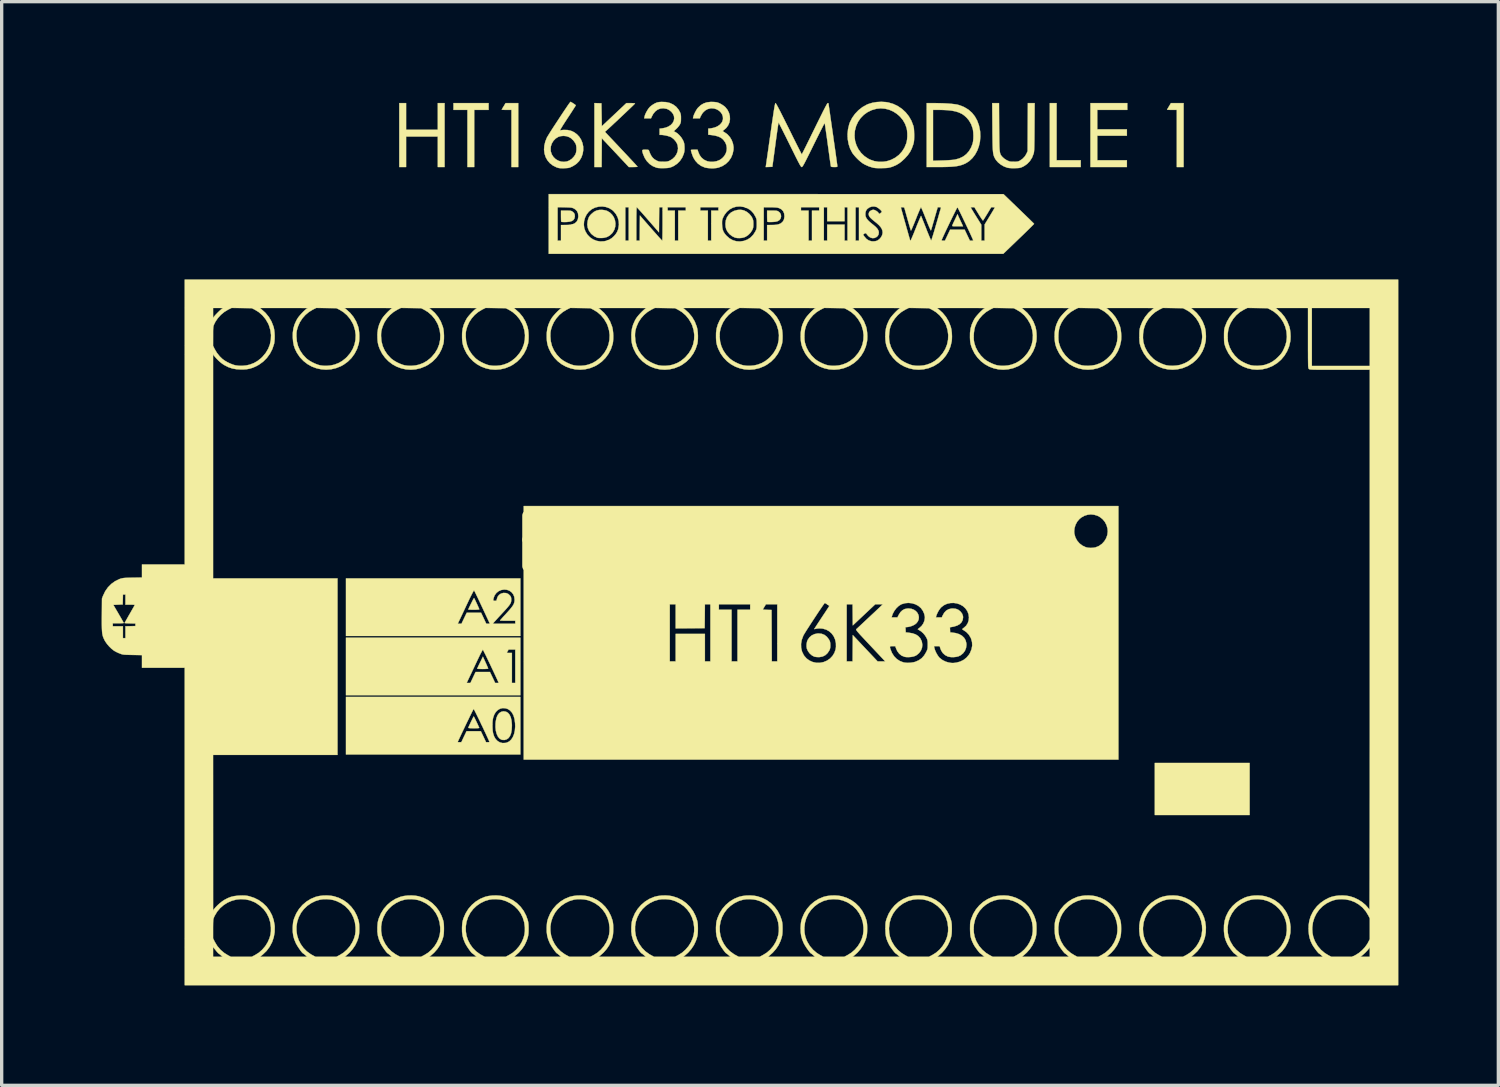
<source format=kicad_pcb>
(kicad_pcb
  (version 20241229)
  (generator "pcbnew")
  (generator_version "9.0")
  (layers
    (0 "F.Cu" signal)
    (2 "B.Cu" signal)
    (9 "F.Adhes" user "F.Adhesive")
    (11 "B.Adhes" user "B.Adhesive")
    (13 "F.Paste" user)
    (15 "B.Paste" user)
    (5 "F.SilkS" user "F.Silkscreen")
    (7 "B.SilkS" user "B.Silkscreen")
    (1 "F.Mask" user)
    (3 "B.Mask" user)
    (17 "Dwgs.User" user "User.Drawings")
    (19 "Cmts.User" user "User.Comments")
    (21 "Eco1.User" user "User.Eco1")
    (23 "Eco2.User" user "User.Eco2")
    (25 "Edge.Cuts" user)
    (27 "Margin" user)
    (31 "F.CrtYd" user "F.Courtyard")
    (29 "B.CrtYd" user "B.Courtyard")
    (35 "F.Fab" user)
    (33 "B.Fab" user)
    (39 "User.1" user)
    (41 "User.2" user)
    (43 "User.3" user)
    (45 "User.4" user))
  (footprint "HT-Module1"
    (layer "F.Cu")
    (at 19.447 13.252)
    (property "Reference" "HT-Module1" (at 0 0 0) (layer "F.SilkS") (effects (font (size 1.524 1.524) (thickness 0.3))))
    (attr through_hole)
    (fp_poly (pts (xy 14.999 8.153) (xy 12.154 8.153) (xy 12.154 6.591) (xy 14.999 6.591) (xy 14.999 8.153)) (stroke (width 0.01) (type solid)) (fill yes) (layer "F.SilkS"))
    (fp_poly (pts (xy 9.207 -11.493) (xy 9.931 -11.493) (xy 9.931 -11.29) (xy 9.004 -11.29) (xy 9.004 -13.208) (xy 9.207 -13.208) (xy 9.207 -11.493)) (stroke (width 0.01) (type solid)) (fill yes) (layer "F.SilkS"))
    (fp_poly (pts (xy -7.836 -13.005) (xy -8.268 -13.005) (xy -8.268 -11.29) (xy -8.471 -11.29) (xy -8.471 -13.005) (xy -8.89 -13.005) (xy -8.89 -13.208) (xy -7.836 -13.208) (xy -7.836 -13.005)) (stroke (width 0.01) (type solid)) (fill yes) (layer "F.SilkS"))
    (fp_poly (pts (xy -10.312 -12.408) (xy -9.36 -12.408) (xy -9.36 -13.208) (xy -9.157 -13.208) (xy -9.157 -11.29) (xy -9.36 -11.29) (xy -9.36 -12.205) (xy -10.312 -12.205) (xy -10.312 -11.29) (xy -10.516 -11.29) (xy -10.516 -13.208) (xy -10.312 -13.208) (xy -10.312 -12.408)) (stroke (width 0.01) (type solid)) (fill yes) (layer "F.SilkS"))
    (fp_poly (pts (xy 11.328 -13.005) (xy 10.427 -13.005) (xy 10.427 -12.421) (xy 11.316 -12.421) (xy 11.316 -12.23) (xy 10.427 -12.23) (xy 10.427 -11.493) (xy 11.316 -11.493) (xy 11.316 -11.29) (xy 10.223 -11.29) (xy 10.223 -13.208) (xy 11.328 -13.208) (xy 11.328 -13.005)) (stroke (width 0.01) (type solid)) (fill yes) (layer "F.SilkS"))
    (fp_poly (pts (xy -6.947 -11.29) (xy -7.15 -11.29) (xy -7.15 -13.005) (xy -7.296 -13.005) (xy -7.354 -13.005) (xy -7.4 -13.007) (xy -7.432 -13.009) (xy -7.442 -13.011) (xy -7.436 -13.023) (xy -7.42 -13.053) (xy -7.396 -13.093) (xy -7.384 -13.112) (xy -7.326 -13.208) (xy -6.947 -13.208) (xy -6.947 -11.29)) (stroke (width 0.01) (type solid)) (fill yes) (layer "F.SilkS"))
    (fp_poly (pts (xy 13.018 -11.29) (xy 12.814 -11.29) (xy 12.814 -13.005) (xy 12.668 -13.005) (xy 12.611 -13.005) (xy 12.564 -13.007) (xy 12.533 -13.009) (xy 12.522 -13.011) (xy 12.528 -13.023) (xy 12.545 -13.053) (xy 12.569 -13.093) (xy 12.58 -13.112) (xy 12.638 -13.208) (xy 13.018 -13.208) (xy 13.018 -11.29)) (stroke (width 0.01) (type solid)) (fill yes) (layer "F.SilkS"))
    (fp_poly (pts (xy 6.259 -9.817) (xy 6.275 -9.781) (xy 6.299 -9.73) (xy 6.325 -9.672) (xy 6.342 -9.636) (xy 6.4 -9.512) (xy 6.234 -9.512) (xy 6.167 -9.512) (xy 6.121 -9.513) (xy 6.093 -9.516) (xy 6.079 -9.52) (xy 6.075 -9.527) (xy 6.077 -9.537) (xy 6.077 -9.538) (xy 6.085 -9.558) (xy 6.102 -9.597) (xy 6.126 -9.648) (xy 6.154 -9.706) (xy 6.16 -9.719) (xy 6.234 -9.874) (xy 6.259 -9.817)) (stroke (width 0.01) (type solid)) (fill yes) (layer "F.SilkS"))
    (fp_poly (pts (xy -7.928 3.575) (xy -7.9 3.636) (xy -7.877 3.689) (xy -7.859 3.731) (xy -7.85 3.755) (xy -7.849 3.76) (xy -7.861 3.765) (xy -7.894 3.768) (xy -7.946 3.771) (xy -8.011 3.772) (xy -8.014 3.772) (xy -8.075 3.771) (xy -8.126 3.769) (xy -8.162 3.767) (xy -8.178 3.763) (xy -8.178 3.762) (xy -8.172 3.748) (xy -8.158 3.715) (xy -8.136 3.668) (xy -8.108 3.61) (xy -8.092 3.577) (xy -8.007 3.401) (xy -7.928 3.575)) (stroke (width 0.01) (type solid)) (fill yes) (layer "F.SilkS"))
    (fp_poly (pts (xy -5.448 -9.982) (xy -5.402 -9.98) (xy -5.37 -9.976) (xy -5.346 -9.968) (xy -5.326 -9.957) (xy -5.32 -9.953) (xy -5.276 -9.914) (xy -5.253 -9.869) (xy -5.248 -9.81) (xy -5.249 -9.8) (xy -5.262 -9.745) (xy -5.29 -9.702) (xy -5.336 -9.671) (xy -5.401 -9.651) (xy -5.487 -9.641) (xy -5.556 -9.639) (xy -5.602 -9.64) (xy -5.637 -9.643) (xy -5.655 -9.647) (xy -5.656 -9.648) (xy -5.659 -9.663) (xy -5.662 -9.699) (xy -5.663 -9.749) (xy -5.664 -9.81) (xy -5.664 -9.819) (xy -5.664 -9.982) (xy -5.514 -9.982) (xy -5.448 -9.982)) (stroke (width 0.01) (type solid)) (fill yes) (layer "F.SilkS"))
    (fp_poly (pts (xy 0.737 -9.982) (xy 0.783 -9.98) (xy 0.815 -9.976) (xy 0.839 -9.968) (xy 0.859 -9.957) (xy 0.865 -9.953) (xy 0.909 -9.913) (xy 0.933 -9.864) (xy 0.94 -9.807) (xy 0.928 -9.75) (xy 0.895 -9.702) (xy 0.843 -9.668) (xy 0.789 -9.652) (xy 0.744 -9.646) (xy 0.692 -9.642) (xy 0.637 -9.64) (xy 0.588 -9.64) (xy 0.55 -9.642) (xy 0.53 -9.647) (xy 0.529 -9.648) (xy 0.526 -9.663) (xy 0.523 -9.699) (xy 0.522 -9.749) (xy 0.521 -9.81) (xy 0.521 -9.819) (xy 0.521 -9.982) (xy 0.671 -9.982) (xy 0.737 -9.982)) (stroke (width 0.01) (type solid)) (fill yes) (layer "F.SilkS"))
    (fp_poly (pts (xy -8.275 5.205) (xy -8.259 5.235) (xy -8.238 5.277) (xy -8.213 5.328) (xy -8.187 5.383) (xy -8.162 5.436) (xy -8.141 5.483) (xy -8.124 5.52) (xy -8.117 5.538) (xy -8.128 5.543) (xy -8.16 5.547) (xy -8.212 5.549) (xy -8.279 5.55) (xy -8.343 5.549) (xy -8.394 5.547) (xy -8.43 5.543) (xy -8.445 5.539) (xy -8.445 5.538) (xy -8.44 5.522) (xy -8.427 5.489) (xy -8.406 5.444) (xy -8.382 5.392) (xy -8.356 5.337) (xy -8.331 5.286) (xy -8.309 5.241) (xy -8.292 5.21) (xy -8.282 5.195) (xy -8.282 5.195) (xy -8.275 5.205)) (stroke (width 0.01) (type solid)) (fill yes) (layer "F.SilkS"))
    (fp_poly (pts (xy -7.314 5.053) (xy -7.255 5.087) (xy -7.208 5.143) (xy -7.172 5.219) (xy -7.149 5.315) (xy -7.138 5.431) (xy -7.137 5.474) (xy -7.144 5.598) (xy -7.162 5.701) (xy -7.194 5.782) (xy -7.238 5.843) (xy -7.289 5.88) (xy -7.358 5.902) (xy -7.426 5.899) (xy -7.461 5.888) (xy -7.516 5.851) (xy -7.561 5.792) (xy -7.595 5.716) (xy -7.619 5.624) (xy -7.63 5.519) (xy -7.628 5.405) (xy -7.62 5.334) (xy -7.599 5.235) (xy -7.565 5.155) (xy -7.519 5.096) (xy -7.462 5.058) (xy -7.396 5.042) (xy -7.384 5.042) (xy -7.314 5.053)) (stroke (width 0.01) (type solid)) (fill yes) (layer "F.SilkS"))
    (fp_poly (pts (xy -8.264 1.657) (xy -8.247 1.689) (xy -8.225 1.734) (xy -8.201 1.787) (xy -8.175 1.842) (xy -8.152 1.894) (xy -8.132 1.938) (xy -8.119 1.97) (xy -8.115 1.982) (xy -8.127 1.987) (xy -8.161 1.99) (xy -8.211 1.993) (xy -8.275 1.994) (xy -8.28 1.994) (xy -8.342 1.993) (xy -8.393 1.992) (xy -8.429 1.991) (xy -8.445 1.988) (xy -8.445 1.988) (xy -8.44 1.972) (xy -8.426 1.939) (xy -8.405 1.895) (xy -8.38 1.844) (xy -8.353 1.79) (xy -8.327 1.738) (xy -8.304 1.693) (xy -8.285 1.66) (xy -8.274 1.643) (xy -8.272 1.642) (xy -8.264 1.657)) (stroke (width 0.01) (type solid)) (fill yes) (layer "F.SilkS"))
    (fp_poly (pts (xy 2.16 2.716) (xy 2.243 2.749) (xy 2.314 2.805) (xy 2.374 2.883) (xy 2.39 2.912) (xy 2.407 2.951) (xy 2.415 2.996) (xy 2.418 3.055) (xy 2.418 3.061) (xy 2.416 3.121) (xy 2.407 3.167) (xy 2.392 3.207) (xy 2.39 3.21) (xy 2.334 3.295) (xy 2.267 3.357) (xy 2.187 3.397) (xy 2.097 3.414) (xy 2.064 3.415) (xy 2.013 3.413) (xy 1.966 3.407) (xy 1.937 3.401) (xy 1.866 3.364) (xy 1.801 3.308) (xy 1.749 3.239) (xy 1.715 3.164) (xy 1.713 3.157) (xy 1.704 3.095) (xy 1.706 3.023) (xy 1.718 2.954) (xy 1.737 2.902) (xy 1.791 2.823) (xy 1.861 2.763) (xy 1.945 2.724) (xy 2.039 2.706) (xy 2.064 2.705) (xy 2.16 2.716)) (stroke (width 0.01) (type solid)) (fill yes) (layer "F.SilkS"))
    (fp_poly (pts (xy -4.359 -9.996) (xy -4.296 -9.98) (xy -4.278 -9.973) (xy -4.194 -9.923) (xy -4.127 -9.856) (xy -4.076 -9.777) (xy -4.044 -9.69) (xy -4.03 -9.597) (xy -4.036 -9.504) (xy -4.062 -9.413) (xy -4.109 -9.33) (xy -4.134 -9.299) (xy -4.206 -9.233) (xy -4.285 -9.19) (xy -4.376 -9.166) (xy -4.437 -9.161) (xy -4.49 -9.161) (xy -4.537 -9.163) (xy -4.568 -9.167) (xy -4.572 -9.168) (xy -4.666 -9.212) (xy -4.748 -9.277) (xy -4.761 -9.29) (xy -4.823 -9.374) (xy -4.861 -9.466) (xy -4.875 -9.565) (xy -4.864 -9.67) (xy -4.852 -9.716) (xy -4.834 -9.769) (xy -4.813 -9.81) (xy -4.783 -9.848) (xy -4.752 -9.881) (xy -4.677 -9.944) (xy -4.6 -9.984) (xy -4.516 -10.003) (xy -4.432 -10.005) (xy -4.359 -9.996)) (stroke (width 0.01) (type solid)) (fill yes) (layer "F.SilkS"))
    (fp_poly (pts (xy -0.221 -10) (xy -0.174 -9.987) (xy -0.163 -9.983) (xy -0.081 -9.94) (xy -0.008 -9.879) (xy 0.052 -9.805) (xy 0.072 -9.769) (xy 0.09 -9.729) (xy 0.101 -9.693) (xy 0.106 -9.652) (xy 0.108 -9.597) (xy 0.108 -9.582) (xy 0.107 -9.523) (xy 0.103 -9.479) (xy 0.093 -9.443) (xy 0.077 -9.405) (xy 0.072 -9.395) (xy 0.024 -9.321) (xy -0.042 -9.254) (xy -0.117 -9.202) (xy -0.16 -9.183) (xy -0.228 -9.165) (xy -0.305 -9.158) (xy -0.38 -9.16) (xy -0.444 -9.173) (xy -0.446 -9.174) (xy -0.531 -9.216) (xy -0.606 -9.275) (xy -0.666 -9.347) (xy -0.707 -9.426) (xy -0.707 -9.428) (xy -0.723 -9.493) (xy -0.729 -9.571) (xy -0.73 -9.589) (xy -0.718 -9.691) (xy -0.684 -9.783) (xy -0.631 -9.862) (xy -0.561 -9.927) (xy -0.475 -9.973) (xy -0.377 -10) (xy -0.331 -10.005) (xy -0.27 -10.006) (xy -0.221 -10)) (stroke (width 0.01) (type solid)) (fill yes) (layer "F.SilkS"))
    (fp_poly (pts (xy -4.451 -13.202) (xy -4.439 -12.514) (xy -3.702 -13.208) (xy -3.572 -13.208) (xy -3.518 -13.207) (xy -3.475 -13.204) (xy -3.448 -13.201) (xy -3.442 -13.198) (xy -3.451 -13.188) (xy -3.476 -13.162) (xy -3.515 -13.124) (xy -3.567 -13.074) (xy -3.628 -13.016) (xy -3.697 -12.95) (xy -3.771 -12.88) (xy -3.848 -12.807) (xy -3.926 -12.734) (xy -4.003 -12.661) (xy -4.077 -12.593) (xy -4.144 -12.529) (xy -4.204 -12.474) (xy -4.254 -12.428) (xy -4.292 -12.394) (xy -4.314 -12.374) (xy -4.346 -12.347) (xy -3.859 -11.83) (xy -3.769 -11.734) (xy -3.683 -11.643) (xy -3.605 -11.559) (xy -3.535 -11.484) (xy -3.475 -11.42) (xy -3.427 -11.368) (xy -3.392 -11.329) (xy -3.372 -11.307) (xy -3.368 -11.301) (xy -3.378 -11.297) (xy -3.408 -11.293) (xy -3.454 -11.291) (xy -3.496 -11.29) (xy -3.628 -11.29) (xy -4.033 -11.722) (xy -4.439 -12.154) (xy -4.445 -11.29) (xy -4.661 -11.29) (xy -4.661 -13.209) (xy -4.451 -13.202)) (stroke (width 0.01) (type solid)) (fill yes) (layer "F.SilkS"))
    (fp_poly (pts (xy -6.883 4.559) (xy -12.116 4.559) (xy -12.116 4.191) (xy -8.495 4.191) (xy -8.382 4.191) (xy -8.226 3.861) (xy -7.796 3.861) (xy -7.717 4.026) (xy -7.639 4.191) (xy -7.585 4.191) (xy -7.532 4.191) (xy -7.547 4.156) (xy -7.575 4.094) (xy -7.609 4.02) (xy -7.648 3.936) (xy -7.69 3.846) (xy -7.735 3.751) (xy -7.78 3.656) (xy -7.824 3.563) (xy -7.867 3.474) (xy -7.906 3.392) (xy -7.941 3.321) (xy -7.96 3.284) (xy -7.29 3.284) (xy -7.278 3.287) (xy -7.248 3.289) (xy -7.214 3.289) (xy -7.137 3.289) (xy -7.137 4.191) (xy -7.036 4.191) (xy -7.036 3.188) (xy -7.236 3.188) (xy -7.263 3.233) (xy -7.28 3.262) (xy -7.289 3.281) (xy -7.29 3.284) (xy -7.96 3.284) (xy -7.97 3.263) (xy -7.992 3.22) (xy -8.005 3.196) (xy -8.008 3.192) (xy -8.016 3.202) (xy -8.034 3.232) (xy -8.059 3.279) (xy -8.091 3.34) (xy -8.126 3.413) (xy -8.165 3.494) (xy -8.166 3.496) (xy -8.211 3.591) (xy -8.258 3.691) (xy -8.305 3.79) (xy -8.348 3.882) (xy -8.385 3.96) (xy -8.403 3.997) (xy -8.495 4.191) (xy -12.116 4.191) (xy -12.116 2.832) (xy -6.883 2.832) (xy -6.883 4.559)) (stroke (width 0.01) (type solid)) (fill yes) (layer "F.SilkS"))
    (fp_poly (pts (xy 5.54 -13.208) (xy 5.682 -13.206) (xy 5.818 -13.202) (xy 5.945 -13.195) (xy 6.059 -13.186) (xy 6.155 -13.175) (xy 6.224 -13.164) (xy 6.282 -13.148) (xy 6.352 -13.123) (xy 6.422 -13.094) (xy 6.438 -13.086) (xy 6.561 -13.012) (xy 6.667 -12.919) (xy 6.755 -12.809) (xy 6.825 -12.682) (xy 6.877 -12.54) (xy 6.909 -12.382) (xy 6.913 -12.354) (xy 6.919 -12.203) (xy 6.907 -12.056) (xy 6.875 -11.915) (xy 6.827 -11.784) (xy 6.762 -11.665) (xy 6.682 -11.56) (xy 6.589 -11.472) (xy 6.484 -11.404) (xy 6.474 -11.399) (xy 6.414 -11.372) (xy 6.353 -11.35) (xy 6.288 -11.332) (xy 6.215 -11.317) (xy 6.133 -11.307) (xy 6.037 -11.299) (xy 5.925 -11.294) (xy 5.793 -11.291) (xy 5.648 -11.291) (xy 5.309 -11.29) (xy 5.309 -11.477) (xy 5.499 -11.477) (xy 5.773 -11.486) (xy 5.862 -11.489) (xy 5.95 -11.494) (xy 6.032 -11.5) (xy 6.101 -11.506) (xy 6.151 -11.513) (xy 6.156 -11.513) (xy 6.285 -11.548) (xy 6.399 -11.602) (xy 6.498 -11.676) (xy 6.58 -11.77) (xy 6.645 -11.882) (xy 6.688 -11.996) (xy 6.701 -12.061) (xy 6.709 -12.143) (xy 6.711 -12.233) (xy 6.707 -12.322) (xy 6.698 -12.403) (xy 6.689 -12.446) (xy 6.643 -12.575) (xy 6.577 -12.689) (xy 6.502 -12.777) (xy 6.434 -12.838) (xy 6.359 -12.888) (xy 6.274 -12.928) (xy 6.177 -12.959) (xy 6.065 -12.981) (xy 5.936 -12.996) (xy 5.786 -13.003) (xy 5.68 -13.005) (xy 5.499 -13.005) (xy 5.499 -11.477) (xy 5.309 -11.477) (xy 5.309 -13.208) (xy 5.54 -13.208)) (stroke (width 0.01) (type solid)) (fill yes) (layer "F.SilkS"))
    (fp_poly (pts (xy 7.483 -12.494) (xy 7.484 -12.332) (xy 7.486 -12.194) (xy 7.487 -12.076) (xy 7.489 -11.978) (xy 7.491 -11.897) (xy 7.495 -11.831) (xy 7.5 -11.778) (xy 7.506 -11.735) (xy 7.514 -11.701) (xy 7.523 -11.674) (xy 7.535 -11.651) (xy 7.549 -11.63) (xy 7.566 -11.61) (xy 7.583 -11.591) (xy 7.638 -11.541) (xy 7.707 -11.497) (xy 7.719 -11.491) (xy 7.762 -11.471) (xy 7.797 -11.458) (xy 7.833 -11.452) (xy 7.88 -11.449) (xy 7.925 -11.449) (xy 7.986 -11.45) (xy 8.03 -11.454) (xy 8.063 -11.462) (xy 8.094 -11.475) (xy 8.101 -11.479) (xy 8.187 -11.538) (xy 8.258 -11.614) (xy 8.301 -11.687) (xy 8.338 -11.767) (xy 8.341 -12.487) (xy 8.345 -13.208) (xy 8.549 -13.208) (xy 8.544 -12.487) (xy 8.543 -12.331) (xy 8.542 -12.198) (xy 8.541 -12.086) (xy 8.539 -11.994) (xy 8.538 -11.918) (xy 8.536 -11.857) (xy 8.534 -11.808) (xy 8.531 -11.77) (xy 8.528 -11.74) (xy 8.524 -11.717) (xy 8.519 -11.697) (xy 8.517 -11.691) (xy 8.471 -11.572) (xy 8.405 -11.468) (xy 8.321 -11.381) (xy 8.222 -11.313) (xy 8.191 -11.298) (xy 8.155 -11.282) (xy 8.122 -11.27) (xy 8.088 -11.263) (xy 8.046 -11.259) (xy 7.988 -11.257) (xy 7.95 -11.256) (xy 7.86 -11.256) (xy 7.79 -11.26) (xy 7.736 -11.268) (xy 7.723 -11.272) (xy 7.625 -11.309) (xy 7.533 -11.363) (xy 7.451 -11.429) (xy 7.386 -11.504) (xy 7.362 -11.543) (xy 7.347 -11.571) (xy 7.334 -11.599) (xy 7.323 -11.628) (xy 7.314 -11.66) (xy 7.306 -11.698) (xy 7.3 -11.743) (xy 7.295 -11.799) (xy 7.291 -11.866) (xy 7.288 -11.948) (xy 7.286 -12.046) (xy 7.284 -12.163) (xy 7.282 -12.3) (xy 7.281 -12.46) (xy 7.281 -12.494) (xy 7.275 -13.208) (xy 7.479 -13.208) (xy 7.483 -12.494)) (stroke (width 0.01) (type solid)) (fill yes) (layer "F.SilkS"))
    (fp_poly (pts (xy -6.883 6.337) (xy -12.116 6.337) (xy -12.116 5.964) (xy -8.763 5.964) (xy -8.752 5.967) (xy -8.723 5.969) (xy -8.709 5.969) (xy -8.655 5.969) (xy -8.577 5.804) (xy -8.498 5.639) (xy -8.068 5.639) (xy -7.912 5.969) (xy -7.861 5.969) (xy -7.829 5.967) (xy -7.812 5.963) (xy -7.811 5.961) (xy -7.816 5.946) (xy -7.831 5.911) (xy -7.854 5.859) (xy -7.884 5.794) (xy -7.919 5.717) (xy -7.959 5.633) (xy -8.001 5.543) (xy -8.045 5.451) (xy -8.05 5.441) (xy -7.721 5.441) (xy -7.719 5.533) (xy -7.714 5.619) (xy -7.703 5.691) (xy -7.703 5.694) (xy -7.672 5.792) (xy -7.626 5.872) (xy -7.567 5.933) (xy -7.497 5.974) (xy -7.418 5.994) (xy -7.331 5.99) (xy -7.288 5.98) (xy -7.218 5.946) (xy -7.158 5.89) (xy -7.109 5.816) (xy -7.072 5.724) (xy -7.048 5.618) (xy -7.038 5.5) (xy -7.041 5.401) (xy -7.058 5.273) (xy -7.089 5.166) (xy -7.135 5.08) (xy -7.195 5.014) (xy -7.269 4.969) (xy -7.332 4.95) (xy -7.414 4.945) (xy -7.49 4.963) (xy -7.559 5.002) (xy -7.619 5.061) (xy -7.666 5.138) (xy -7.699 5.23) (xy -7.709 5.279) (xy -7.717 5.353) (xy -7.721 5.441) (xy -8.05 5.441) (xy -8.089 5.359) (xy -8.132 5.271) (xy -8.172 5.189) (xy -8.208 5.115) (xy -8.239 5.054) (xy -8.263 5.007) (xy -8.279 4.978) (xy -8.285 4.969) (xy -8.292 4.981) (xy -8.309 5.013) (xy -8.334 5.062) (xy -8.365 5.125) (xy -8.402 5.2) (xy -8.442 5.284) (xy -8.486 5.373) (xy -8.53 5.465) (xy -8.574 5.558) (xy -8.617 5.647) (xy -8.657 5.731) (xy -8.692 5.806) (xy -8.722 5.87) (xy -8.744 5.919) (xy -8.759 5.952) (xy -8.763 5.964) (xy -12.116 5.964) (xy -12.116 4.61) (xy -6.883 4.61) (xy -6.883 6.337)) (stroke (width 0.01) (type solid)) (fill yes) (layer "F.SilkS"))
    (fp_poly (pts (xy -5.363 -13.24) (xy -5.334 -13.223) (xy -5.298 -13.201) (xy -5.263 -13.177) (xy -5.235 -13.157) (xy -5.22 -13.143) (xy -5.22 -13.142) (xy -5.227 -13.129) (xy -5.246 -13.098) (xy -5.276 -13.051) (xy -5.315 -12.99) (xy -5.362 -12.917) (xy -5.415 -12.836) (xy -5.468 -12.756) (xy -5.524 -12.67) (xy -5.575 -12.591) (xy -5.619 -12.522) (xy -5.653 -12.465) (xy -5.679 -12.422) (xy -5.692 -12.396) (xy -5.693 -12.388) (xy -5.67 -12.394) (xy -5.629 -12.4) (xy -5.582 -12.404) (xy -5.468 -12.401) (xy -5.363 -12.377) (xy -5.268 -12.333) (xy -5.185 -12.272) (xy -5.114 -12.196) (xy -5.059 -12.108) (xy -5.02 -12.011) (xy -4.998 -11.906) (xy -4.996 -11.796) (xy -5.014 -11.685) (xy -5.055 -11.573) (xy -5.06 -11.564) (xy -5.118 -11.47) (xy -5.194 -11.392) (xy -5.289 -11.327) (xy -5.331 -11.305) (xy -5.375 -11.285) (xy -5.411 -11.271) (xy -5.445 -11.263) (xy -5.486 -11.259) (xy -5.542 -11.256) (xy -5.575 -11.255) (xy -5.643 -11.255) (xy -5.693 -11.256) (xy -5.732 -11.261) (xy -5.768 -11.271) (xy -5.798 -11.281) (xy -5.906 -11.335) (xy -5.998 -11.406) (xy -6.07 -11.491) (xy -6.124 -11.588) (xy -6.158 -11.695) (xy -6.172 -11.811) (xy -6.172 -11.814) (xy -5.976 -11.814) (xy -5.969 -11.754) (xy -5.939 -11.666) (xy -5.889 -11.59) (xy -5.825 -11.528) (xy -5.748 -11.482) (xy -5.664 -11.454) (xy -5.576 -11.445) (xy -5.487 -11.457) (xy -5.417 -11.484) (xy -5.337 -11.538) (xy -5.27 -11.61) (xy -5.231 -11.671) (xy -5.21 -11.732) (xy -5.2 -11.805) (xy -5.201 -11.882) (xy -5.212 -11.953) (xy -5.23 -11.999) (xy -5.289 -12.085) (xy -5.363 -12.154) (xy -5.421 -12.188) (xy -5.501 -12.216) (xy -5.588 -12.225) (xy -5.675 -12.217) (xy -5.743 -12.196) (xy -5.824 -12.146) (xy -5.89 -12.078) (xy -5.939 -11.997) (xy -5.969 -11.908) (xy -5.976 -11.814) (xy -6.172 -11.814) (xy -6.164 -11.932) (xy -6.134 -12.056) (xy -6.087 -12.173) (xy -6.071 -12.201) (xy -6.044 -12.245) (xy -6.008 -12.304) (xy -5.963 -12.375) (xy -5.912 -12.455) (xy -5.856 -12.541) (xy -5.796 -12.632) (xy -5.735 -12.725) (xy -5.674 -12.818) (xy -5.615 -12.907) (xy -5.559 -12.991) (xy -5.507 -13.067) (xy -5.463 -13.133) (xy -5.426 -13.186) (xy -5.398 -13.223) (xy -5.383 -13.243) (xy -5.379 -13.246) (xy -5.363 -13.24)) (stroke (width 0.01) (type solid)) (fill yes) (layer "F.SilkS"))
    (fp_poly (pts (xy 4.085 -13.239) (xy 4.158 -13.227) (xy 4.305 -13.184) (xy 4.442 -13.119) (xy 4.568 -13.034) (xy 4.679 -12.931) (xy 4.774 -12.812) (xy 4.85 -12.68) (xy 4.905 -12.537) (xy 4.916 -12.497) (xy 4.925 -12.448) (xy 4.93 -12.379) (xy 4.933 -12.293) (xy 4.934 -12.243) (xy 4.933 -12.164) (xy 4.931 -12.105) (xy 4.926 -12.058) (xy 4.919 -12.016) (xy 4.907 -11.974) (xy 4.904 -11.963) (xy 4.861 -11.845) (xy 4.809 -11.742) (xy 4.743 -11.648) (xy 4.658 -11.554) (xy 4.649 -11.544) (xy 4.559 -11.461) (xy 4.474 -11.396) (xy 4.388 -11.346) (xy 4.294 -11.306) (xy 4.261 -11.294) (xy 4.216 -11.281) (xy 4.175 -11.271) (xy 4.131 -11.264) (xy 4.078 -11.26) (xy 4.008 -11.258) (xy 3.969 -11.257) (xy 3.858 -11.256) (xy 3.772 -11.26) (xy 3.709 -11.269) (xy 3.702 -11.27) (xy 3.578 -11.308) (xy 3.457 -11.362) (xy 3.384 -11.405) (xy 3.327 -11.448) (xy 3.262 -11.505) (xy 3.197 -11.57) (xy 3.137 -11.637) (xy 3.089 -11.698) (xy 3.076 -11.717) (xy 3.011 -11.843) (xy 2.966 -11.981) (xy 2.94 -12.127) (xy 2.937 -12.209) (xy 3.144 -12.209) (xy 3.161 -12.073) (xy 3.201 -11.942) (xy 3.262 -11.821) (xy 3.342 -11.712) (xy 3.441 -11.617) (xy 3.557 -11.539) (xy 3.614 -11.511) (xy 3.733 -11.469) (xy 3.862 -11.448) (xy 3.994 -11.447) (xy 4.106 -11.463) (xy 4.243 -11.507) (xy 4.367 -11.571) (xy 4.476 -11.654) (xy 4.568 -11.755) (xy 4.642 -11.871) (xy 4.696 -12.002) (xy 4.707 -12.041) (xy 4.721 -12.118) (xy 4.728 -12.21) (xy 4.727 -12.305) (xy 4.719 -12.395) (xy 4.707 -12.457) (xy 4.662 -12.583) (xy 4.596 -12.698) (xy 4.513 -12.799) (xy 4.414 -12.886) (xy 4.304 -12.957) (xy 4.185 -13.009) (xy 4.059 -13.041) (xy 3.929 -13.051) (xy 3.798 -13.038) (xy 3.796 -13.037) (xy 3.658 -12.997) (xy 3.533 -12.936) (xy 3.421 -12.856) (xy 3.326 -12.758) (xy 3.249 -12.646) (xy 3.191 -12.519) (xy 3.155 -12.382) (xy 3.151 -12.351) (xy 3.144 -12.209) (xy 2.937 -12.209) (xy 2.934 -12.277) (xy 2.949 -12.427) (xy 2.984 -12.573) (xy 3.006 -12.634) (xy 3.072 -12.764) (xy 3.158 -12.885) (xy 3.262 -12.994) (xy 3.38 -13.087) (xy 3.509 -13.16) (xy 3.556 -13.18) (xy 3.676 -13.217) (xy 3.81 -13.24) (xy 3.949 -13.247) (xy 4.085 -13.239)) (stroke (width 0.01) (type solid)) (fill yes) (layer "F.SilkS"))
    (fp_poly (pts (xy -1.103 -13.243) (xy -1.04 -13.239) (xy -0.994 -13.233) (xy -0.955 -13.222) (xy -0.913 -13.205) (xy -0.884 -13.191) (xy -0.825 -13.157) (xy -0.769 -13.118) (xy -0.731 -13.085) (xy -0.666 -13.003) (xy -0.622 -12.913) (xy -0.598 -12.819) (xy -0.594 -12.723) (xy -0.61 -12.63) (xy -0.647 -12.543) (xy -0.703 -12.466) (xy -0.746 -12.427) (xy -0.78 -12.4) (xy -0.803 -12.379) (xy -0.812 -12.37) (xy -0.802 -12.361) (xy -0.776 -12.344) (xy -0.75 -12.328) (xy -0.667 -12.268) (xy -0.596 -12.188) (xy -0.541 -12.096) (xy -0.504 -11.994) (xy -0.486 -11.889) (xy -0.488 -11.808) (xy -0.514 -11.683) (xy -0.562 -11.569) (xy -0.63 -11.47) (xy -0.717 -11.386) (xy -0.821 -11.319) (xy -0.939 -11.273) (xy -1.003 -11.26) (xy -1.083 -11.253) (xy -1.169 -11.253) (xy -1.252 -11.259) (xy -1.324 -11.27) (xy -1.349 -11.277) (xy -1.46 -11.325) (xy -1.556 -11.393) (xy -1.635 -11.481) (xy -1.688 -11.568) (xy -1.709 -11.614) (xy -1.729 -11.668) (xy -1.747 -11.722) (xy -1.76 -11.769) (xy -1.765 -11.8) (xy -1.765 -11.801) (xy -1.754 -11.806) (xy -1.723 -11.809) (xy -1.678 -11.811) (xy -1.666 -11.811) (xy -1.567 -11.811) (xy -1.545 -11.743) (xy -1.503 -11.646) (xy -1.443 -11.566) (xy -1.367 -11.506) (xy -1.278 -11.465) (xy -1.176 -11.446) (xy -1.094 -11.447) (xy -0.993 -11.465) (xy -0.903 -11.501) (xy -0.828 -11.553) (xy -0.768 -11.617) (xy -0.723 -11.691) (xy -0.696 -11.771) (xy -0.688 -11.855) (xy -0.7 -11.94) (xy -0.732 -12.023) (xy -0.787 -12.101) (xy -0.809 -12.124) (xy -0.871 -12.172) (xy -0.947 -12.207) (xy -1.041 -12.233) (xy -1.127 -12.247) (xy -1.245 -12.261) (xy -1.245 -12.442) (xy -1.17 -12.45) (xy -1.071 -12.47) (xy -0.982 -12.504) (xy -0.907 -12.552) (xy -0.85 -12.612) (xy -0.824 -12.656) (xy -0.803 -12.728) (xy -0.806 -12.799) (xy -0.828 -12.867) (xy -0.868 -12.929) (xy -0.923 -12.981) (xy -0.99 -13.021) (xy -1.067 -13.046) (xy -1.15 -13.053) (xy -1.18 -13.05) (xy -1.266 -13.028) (xy -1.344 -12.982) (xy -1.411 -12.916) (xy -1.464 -12.829) (xy -1.47 -12.818) (xy -1.5 -12.751) (xy -1.602 -12.751) (xy -1.704 -12.751) (xy -1.695 -12.792) (xy -1.679 -12.847) (xy -1.65 -12.912) (xy -1.615 -12.979) (xy -1.578 -13.038) (xy -1.549 -13.073) (xy -1.469 -13.147) (xy -1.381 -13.199) (xy -1.284 -13.231) (xy -1.173 -13.244) (xy -1.103 -13.243)) (stroke (width 0.01) (type solid)) (fill yes) (layer "F.SilkS"))
    (fp_poly (pts (xy -6.883 2.781) (xy -12.116 2.781) (xy -12.116 2.413) (xy -8.762 2.413) (xy -8.65 2.413) (xy -8.571 2.248) (xy -8.492 2.083) (xy -8.062 2.083) (xy -7.984 2.248) (xy -7.907 2.413) (xy -7.798 2.413) (xy -7.711 2.413) (xy -7.036 2.413) (xy -7.036 2.324) (xy -7.264 2.324) (xy -7.337 2.324) (xy -7.401 2.323) (xy -7.451 2.321) (xy -7.483 2.319) (xy -7.493 2.317) (xy -7.485 2.305) (xy -7.462 2.279) (xy -7.428 2.24) (xy -7.385 2.192) (xy -7.35 2.155) (xy -7.269 2.066) (xy -7.204 1.993) (xy -7.154 1.932) (xy -7.116 1.881) (xy -7.089 1.837) (xy -7.072 1.796) (xy -7.062 1.757) (xy -7.057 1.716) (xy -7.056 1.689) (xy -7.067 1.603) (xy -7.098 1.529) (xy -7.147 1.468) (xy -7.211 1.423) (xy -7.286 1.395) (xy -7.37 1.388) (xy -7.459 1.402) (xy -7.46 1.403) (xy -7.536 1.437) (xy -7.601 1.489) (xy -7.651 1.555) (xy -7.676 1.614) (xy -7.691 1.667) (xy -7.696 1.7) (xy -7.69 1.718) (xy -7.672 1.726) (xy -7.647 1.727) (xy -7.615 1.725) (xy -7.599 1.715) (xy -7.592 1.689) (xy -7.59 1.679) (xy -7.567 1.608) (xy -7.524 1.55) (xy -7.466 1.51) (xy -7.395 1.49) (xy -7.387 1.489) (xy -7.311 1.493) (xy -7.247 1.519) (xy -7.194 1.568) (xy -7.191 1.572) (xy -7.171 1.603) (xy -7.16 1.635) (xy -7.157 1.677) (xy -7.157 1.697) (xy -7.158 1.728) (xy -7.163 1.758) (xy -7.172 1.787) (xy -7.189 1.819) (xy -7.214 1.857) (xy -7.25 1.902) (xy -7.298 1.958) (xy -7.36 2.027) (xy -7.438 2.111) (xy -7.446 2.12) (xy -7.505 2.183) (xy -7.56 2.243) (xy -7.608 2.296) (xy -7.646 2.338) (xy -7.672 2.366) (xy -7.678 2.374) (xy -7.711 2.413) (xy -7.798 2.413) (xy -7.817 2.372) (xy -7.904 2.186) (xy -7.98 2.022) (xy -8.047 1.879) (xy -8.104 1.758) (xy -8.152 1.656) (xy -8.192 1.573) (xy -8.223 1.508) (xy -8.247 1.461) (xy -8.263 1.43) (xy -8.273 1.416) (xy -8.275 1.414) (xy -8.283 1.424) (xy -8.301 1.454) (xy -8.326 1.501) (xy -8.358 1.564) (xy -8.395 1.637) (xy -8.435 1.72) (xy -8.445 1.743) (xy -8.491 1.839) (xy -8.537 1.937) (xy -8.582 2.033) (xy -8.623 2.12) (xy -8.658 2.194) (xy -8.682 2.245) (xy -8.762 2.413) (xy -12.116 2.413) (xy -12.116 1.054) (xy -6.883 1.054) (xy -6.883 2.781)) (stroke (width 0.01) (type solid)) (fill yes) (layer "F.SilkS"))
    (fp_poly (pts (xy -2.518 -13.239) (xy -2.402 -13.213) (xy -2.299 -13.166) (xy -2.211 -13.101) (xy -2.139 -13.016) (xy -2.097 -12.942) (xy -2.08 -12.903) (xy -2.071 -12.867) (xy -2.065 -12.825) (xy -2.064 -12.768) (xy -2.064 -12.751) (xy -2.065 -12.691) (xy -2.068 -12.648) (xy -2.076 -12.615) (xy -2.089 -12.582) (xy -2.098 -12.565) (xy -2.126 -12.523) (xy -2.165 -12.475) (xy -2.207 -12.433) (xy -2.208 -12.432) (xy -2.282 -12.365) (xy -2.232 -12.34) (xy -2.169 -12.299) (xy -2.107 -12.24) (xy -2.05 -12.171) (xy -2.006 -12.098) (xy -1.984 -12.051) (xy -1.971 -12.01) (xy -1.963 -11.966) (xy -1.959 -11.908) (xy -1.958 -11.892) (xy -1.957 -11.824) (xy -1.961 -11.769) (xy -1.971 -11.718) (xy -1.98 -11.686) (xy -2.027 -11.574) (xy -2.095 -11.473) (xy -2.181 -11.387) (xy -2.283 -11.32) (xy -2.337 -11.295) (xy -2.376 -11.28) (xy -2.413 -11.27) (xy -2.454 -11.263) (xy -2.507 -11.259) (xy -2.578 -11.257) (xy -2.676 -11.257) (xy -2.75 -11.261) (xy -2.795 -11.27) (xy -2.905 -11.314) (xy -3.003 -11.38) (xy -3.086 -11.465) (xy -3.153 -11.566) (xy -3.202 -11.683) (xy -3.206 -11.696) (xy -3.221 -11.749) (xy -3.226 -11.783) (xy -3.218 -11.801) (xy -3.193 -11.809) (xy -3.15 -11.811) (xy -3.13 -11.811) (xy -3.073 -11.809) (xy -3.039 -11.803) (xy -3.029 -11.795) (xy -2.992 -11.7) (xy -2.954 -11.625) (xy -2.911 -11.568) (xy -2.861 -11.523) (xy -2.801 -11.487) (xy -2.797 -11.485) (xy -2.76 -11.468) (xy -2.727 -11.457) (xy -2.69 -11.452) (xy -2.641 -11.449) (xy -2.597 -11.449) (xy -2.534 -11.45) (xy -2.489 -11.454) (xy -2.453 -11.461) (xy -2.418 -11.474) (xy -2.398 -11.483) (xy -2.316 -11.534) (xy -2.248 -11.599) (xy -2.197 -11.676) (xy -2.165 -11.76) (xy -2.152 -11.848) (xy -2.162 -11.935) (xy -2.181 -11.991) (xy -2.221 -12.059) (xy -2.276 -12.123) (xy -2.338 -12.173) (xy -2.367 -12.19) (xy -2.414 -12.208) (xy -2.478 -12.227) (xy -2.547 -12.242) (xy -2.613 -12.252) (xy -2.662 -12.255) (xy -2.705 -12.255) (xy -2.705 -12.442) (xy -2.63 -12.45) (xy -2.529 -12.47) (xy -2.442 -12.504) (xy -2.37 -12.551) (xy -2.316 -12.609) (xy -2.28 -12.676) (xy -2.267 -12.75) (xy -2.275 -12.822) (xy -2.303 -12.886) (xy -2.35 -12.946) (xy -2.411 -12.997) (xy -2.48 -13.032) (xy -2.496 -13.037) (xy -2.591 -13.053) (xy -2.681 -13.045) (xy -2.763 -13.014) (xy -2.835 -12.959) (xy -2.897 -12.884) (xy -2.936 -12.811) (xy -2.964 -12.751) (xy -3.166 -12.751) (xy -3.158 -12.798) (xy -3.142 -12.855) (xy -3.112 -12.922) (xy -3.074 -12.99) (xy -3.032 -13.053) (xy -2.997 -13.093) (xy -2.951 -13.132) (xy -2.895 -13.171) (xy -2.85 -13.197) (xy -2.804 -13.218) (xy -2.764 -13.231) (xy -2.72 -13.239) (xy -2.663 -13.243) (xy -2.645 -13.244) (xy -2.518 -13.239)) (stroke (width 0.01) (type solid)) (fill yes) (layer "F.SilkS"))
    (fp_poly (pts (xy 0.783 -13.198) (xy 0.801 -13.169) (xy 0.828 -13.121) (xy 0.865 -13.052) (xy 0.912 -12.962) (xy 0.968 -12.851) (xy 1.035 -12.718) (xy 1.112 -12.563) (xy 1.174 -12.44) (xy 1.238 -12.31) (xy 1.299 -12.186) (xy 1.356 -12.072) (xy 1.408 -11.968) (xy 1.454 -11.877) (xy 1.493 -11.8) (xy 1.524 -11.74) (xy 1.546 -11.697) (xy 1.559 -11.675) (xy 1.561 -11.671) (xy 1.568 -11.683) (xy 1.585 -11.715) (xy 1.611 -11.766) (xy 1.645 -11.834) (xy 1.687 -11.918) (xy 1.735 -12.016) (xy 1.789 -12.125) (xy 1.847 -12.244) (xy 1.909 -12.37) (xy 1.943 -12.439) (xy 2.022 -12.601) (xy 2.091 -12.74) (xy 2.15 -12.859) (xy 2.199 -12.958) (xy 2.241 -13.039) (xy 2.274 -13.103) (xy 2.3 -13.15) (xy 2.319 -13.183) (xy 2.332 -13.202) (xy 2.34 -13.208) (xy 2.359 -13.204) (xy 2.362 -13.2) (xy 2.364 -13.187) (xy 2.369 -13.15) (xy 2.377 -13.092) (xy 2.388 -13.015) (xy 2.402 -12.921) (xy 2.417 -12.811) (xy 2.435 -12.689) (xy 2.454 -12.555) (xy 2.475 -12.411) (xy 2.496 -12.266) (xy 2.517 -12.115) (xy 2.538 -11.971) (xy 2.557 -11.836) (xy 2.575 -11.712) (xy 2.59 -11.601) (xy 2.603 -11.506) (xy 2.614 -11.427) (xy 2.622 -11.368) (xy 2.627 -11.33) (xy 2.629 -11.315) (xy 2.626 -11.302) (xy 2.615 -11.295) (xy 2.59 -11.291) (xy 2.546 -11.29) (xy 2.535 -11.29) (xy 2.478 -11.292) (xy 2.445 -11.299) (xy 2.435 -11.306) (xy 2.433 -11.322) (xy 2.427 -11.36) (xy 2.418 -11.418) (xy 2.407 -11.494) (xy 2.394 -11.586) (xy 2.38 -11.691) (xy 2.364 -11.806) (xy 2.347 -11.929) (xy 2.342 -11.967) (xy 2.325 -12.091) (xy 2.309 -12.208) (xy 2.293 -12.315) (xy 2.28 -12.408) (xy 2.268 -12.487) (xy 2.259 -12.549) (xy 2.252 -12.59) (xy 2.248 -12.61) (xy 2.247 -12.611) (xy 2.24 -12.6) (xy 2.223 -12.568) (xy 2.197 -12.517) (xy 2.163 -12.45) (xy 2.121 -12.368) (xy 2.074 -12.273) (xy 2.021 -12.167) (xy 1.964 -12.052) (xy 1.914 -11.951) (xy 1.845 -11.81) (xy 1.786 -11.691) (xy 1.736 -11.591) (xy 1.695 -11.509) (xy 1.661 -11.443) (xy 1.634 -11.392) (xy 1.612 -11.353) (xy 1.595 -11.325) (xy 1.582 -11.307) (xy 1.572 -11.296) (xy 1.564 -11.291) (xy 1.559 -11.29) (xy 1.552 -11.292) (xy 1.543 -11.299) (xy 1.533 -11.312) (xy 1.518 -11.333) (xy 1.5 -11.364) (xy 1.477 -11.407) (xy 1.447 -11.463) (xy 1.411 -11.534) (xy 1.367 -11.621) (xy 1.315 -11.727) (xy 1.253 -11.852) (xy 1.201 -11.957) (xy 1.141 -12.078) (xy 1.085 -12.192) (xy 1.032 -12.297) (xy 0.985 -12.391) (xy 0.945 -12.471) (xy 0.911 -12.537) (xy 0.886 -12.586) (xy 0.87 -12.615) (xy 0.864 -12.624) (xy 0.861 -12.612) (xy 0.855 -12.577) (xy 0.846 -12.521) (xy 0.835 -12.447) (xy 0.822 -12.357) (xy 0.808 -12.254) (xy 0.792 -12.14) (xy 0.775 -12.016) (xy 0.768 -11.96) (xy 0.678 -11.297) (xy 0.579 -11.293) (xy 0.479 -11.289) (xy 0.486 -11.331) (xy 0.488 -11.35) (xy 0.495 -11.392) (xy 0.504 -11.456) (xy 0.515 -11.538) (xy 0.53 -11.637) (xy 0.546 -11.75) (xy 0.564 -11.876) (xy 0.583 -12.013) (xy 0.604 -12.158) (xy 0.623 -12.29) (xy 0.648 -12.468) (xy 0.67 -12.621) (xy 0.69 -12.753) (xy 0.706 -12.864) (xy 0.72 -12.956) (xy 0.732 -13.031) (xy 0.742 -13.091) (xy 0.751 -13.136) (xy 0.758 -13.169) (xy 0.763 -13.191) (xy 0.768 -13.203) (xy 0.773 -13.208) (xy 0.774 -13.208) (xy 0.783 -13.198)) (stroke (width 0.01) (type solid)) (fill yes) (layer "F.SilkS"))
    (fp_poly (pts (xy 11.062 6.49) (xy -6.782 6.49) (xy -6.782 1.829) (xy -2.4 1.829) (xy -2.4 3.543) (xy -2.223 3.543) (xy -2.223 2.718) (xy -1.346 2.718) (xy -1.346 3.543) (xy -1.181 3.543) (xy -1.181 1.829) (xy -0.927 1.829) (xy -0.927 1.994) (xy -0.546 1.994) (xy -0.546 3.543) (xy -0.368 3.543) (xy -0.368 1.994) (xy 0.013 1.994) (xy 0.013 1.986) (xy 0.394 1.986) (xy 0.406 1.989) (xy 0.437 1.992) (xy 0.484 1.995) (xy 0.524 1.997) (xy 0.654 2) (xy 0.661 3.543) (xy 0.826 3.543) (xy 0.826 3.019) (xy 1.539 3.019) (xy 1.542 3.137) (xy 1.568 3.248) (xy 1.619 3.352) (xy 1.633 3.374) (xy 1.703 3.454) (xy 1.789 3.517) (xy 1.886 3.561) (xy 1.992 3.585) (xy 2.101 3.587) (xy 2.21 3.566) (xy 2.316 3.522) (xy 2.408 3.459) (xy 2.483 3.38) (xy 2.54 3.287) (xy 2.576 3.184) (xy 2.587 3.108) (xy 2.585 2.993) (xy 2.561 2.886) (xy 2.519 2.79) (xy 2.459 2.707) (xy 2.383 2.64) (xy 2.295 2.591) (xy 2.195 2.561) (xy 2.133 2.555) (xy 2.078 2.554) (xy 2.026 2.558) (xy 1.988 2.564) (xy 1.987 2.564) (xy 1.956 2.572) (xy 1.937 2.575) (xy 1.935 2.574) (xy 1.941 2.563) (xy 1.959 2.534) (xy 1.989 2.488) (xy 2.027 2.429) (xy 2.073 2.359) (xy 2.125 2.28) (xy 2.159 2.228) (xy 2.214 2.145) (xy 2.265 2.069) (xy 2.308 2.003) (xy 2.344 1.948) (xy 2.37 1.908) (xy 2.385 1.884) (xy 2.387 1.88) (xy 2.377 1.87) (xy 2.353 1.852) (xy 2.321 1.83) (xy 2.319 1.829) (xy 2.908 1.829) (xy 2.908 3.543) (xy 3.086 3.543) (xy 3.092 2.754) (xy 3.464 3.149) (xy 3.836 3.543) (xy 4.064 3.543) (xy 3.656 3.109) (xy 4.206 3.109) (xy 4.211 3.14) (xy 4.222 3.179) (xy 4.269 3.293) (xy 4.332 3.391) (xy 4.411 3.471) (xy 4.504 3.532) (xy 4.608 3.572) (xy 4.649 3.58) (xy 4.735 3.588) (xy 4.831 3.583) (xy 4.924 3.568) (xy 4.97 3.555) (xy 5.074 3.509) (xy 5.161 3.447) (xy 5.234 3.365) (xy 5.293 3.266) (xy 5.315 3.22) (xy 5.329 3.185) (xy 5.336 3.15) (xy 5.34 3.109) (xy 5.34 3.086) (xy 5.527 3.086) (xy 5.539 3.14) (xy 5.56 3.209) (xy 5.593 3.283) (xy 5.634 3.355) (xy 5.676 3.415) (xy 5.694 3.434) (xy 5.779 3.501) (xy 5.879 3.551) (xy 5.961 3.575) (xy 6.024 3.587) (xy 6.076 3.592) (xy 6.129 3.59) (xy 6.194 3.581) (xy 6.198 3.581) (xy 6.313 3.55) (xy 6.417 3.499) (xy 6.507 3.428) (xy 6.58 3.34) (xy 6.608 3.292) (xy 6.654 3.181) (xy 6.675 3.072) (xy 6.67 2.965) (xy 6.641 2.861) (xy 6.63 2.835) (xy 6.573 2.741) (xy 6.502 2.666) (xy 6.44 2.623) (xy 6.406 2.601) (xy 6.382 2.584) (xy 6.376 2.577) (xy 6.385 2.566) (xy 6.409 2.546) (xy 6.426 2.534) (xy 6.493 2.473) (xy 6.541 2.398) (xy 6.569 2.313) (xy 6.577 2.222) (xy 6.565 2.129) (xy 6.53 2.038) (xy 6.527 2.033) (xy 6.47 1.951) (xy 6.397 1.885) (xy 6.311 1.836) (xy 6.217 1.804) (xy 6.118 1.789) (xy 6.018 1.793) (xy 5.921 1.814) (xy 5.831 1.855) (xy 5.751 1.915) (xy 5.727 1.94) (xy 5.686 1.994) (xy 5.647 2.059) (xy 5.615 2.127) (xy 5.594 2.186) (xy 5.594 2.188) (xy 5.585 2.223) (xy 5.762 2.223) (xy 5.786 2.17) (xy 5.835 2.083) (xy 5.895 2.02) (xy 5.967 1.978) (xy 6.051 1.958) (xy 6.095 1.956) (xy 6.183 1.965) (xy 6.255 1.993) (xy 6.318 2.042) (xy 6.321 2.045) (xy 6.371 2.11) (xy 6.397 2.18) (xy 6.401 2.222) (xy 6.389 2.301) (xy 6.355 2.369) (xy 6.3 2.425) (xy 6.224 2.468) (xy 6.128 2.498) (xy 6.096 2.505) (xy 6.006 2.52) (xy 6.013 2.673) (xy 6.058 2.677) (xy 6.18 2.694) (xy 6.283 2.726) (xy 6.368 2.774) (xy 6.432 2.835) (xy 6.476 2.91) (xy 6.499 2.998) (xy 6.502 3.048) (xy 6.49 3.141) (xy 6.456 3.226) (xy 6.402 3.299) (xy 6.331 3.358) (xy 6.266 3.39) (xy 6.199 3.407) (xy 6.12 3.416) (xy 6.04 3.415) (xy 5.969 3.404) (xy 5.943 3.397) (xy 5.862 3.355) (xy 5.794 3.294) (xy 5.743 3.215) (xy 5.715 3.143) (xy 5.699 3.086) (xy 5.527 3.086) (xy 5.34 3.086) (xy 5.34 3.052) (xy 5.34 3.042) (xy 5.34 2.98) (xy 5.336 2.934) (xy 5.329 2.898) (xy 5.316 2.863) (xy 5.306 2.842) (xy 5.264 2.77) (xy 5.208 2.702) (xy 5.145 2.645) (xy 5.099 2.615) (xy 5.067 2.596) (xy 5.046 2.583) (xy 5.042 2.578) (xy 5.052 2.568) (xy 5.077 2.549) (xy 5.093 2.537) (xy 5.157 2.479) (xy 5.208 2.405) (xy 5.241 2.323) (xy 5.255 2.238) (xy 5.253 2.194) (xy 5.233 2.111) (xy 5.195 2.026) (xy 5.142 1.951) (xy 5.132 1.94) (xy 5.057 1.876) (xy 4.967 1.829) (xy 4.867 1.799) (xy 4.762 1.788) (xy 4.659 1.797) (xy 4.561 1.826) (xy 4.539 1.835) (xy 4.466 1.883) (xy 4.397 1.949) (xy 4.337 2.029) (xy 4.291 2.115) (xy 4.27 2.175) (xy 4.257 2.223) (xy 4.432 2.223) (xy 4.469 2.149) (xy 4.52 2.068) (xy 4.58 2.01) (xy 4.649 1.973) (xy 4.732 1.957) (xy 4.765 1.956) (xy 4.851 1.966) (xy 4.924 1.993) (xy 4.985 2.035) (xy 5.031 2.087) (xy 5.061 2.148) (xy 5.074 2.212) (xy 5.069 2.278) (xy 5.044 2.342) (xy 4.998 2.401) (xy 4.955 2.435) (xy 4.9 2.465) (xy 4.833 2.491) (xy 4.765 2.508) (xy 4.708 2.515) (xy 4.672 2.515) (xy 4.676 2.594) (xy 4.68 2.673) (xy 4.765 2.682) (xy 4.882 2.701) (xy 4.978 2.734) (xy 5.054 2.782) (xy 5.113 2.846) (xy 5.154 2.926) (xy 5.165 2.958) (xy 5.178 3.047) (xy 5.168 3.135) (xy 5.136 3.217) (xy 5.083 3.291) (xy 5.012 3.352) (xy 4.972 3.375) (xy 4.915 3.396) (xy 4.843 3.41) (xy 4.766 3.416) (xy 4.692 3.414) (xy 4.641 3.405) (xy 4.556 3.37) (xy 4.485 3.313) (xy 4.427 3.236) (xy 4.392 3.159) (xy 4.365 3.086) (xy 4.285 3.086) (xy 4.239 3.087) (xy 4.214 3.093) (xy 4.206 3.109) (xy 3.656 3.109) (xy 3.62 3.071) (xy 3.52 2.965) (xy 3.437 2.876) (xy 3.368 2.802) (xy 3.313 2.743) (xy 3.271 2.695) (xy 3.238 2.658) (xy 3.216 2.631) (xy 3.202 2.61) (xy 3.194 2.596) (xy 3.192 2.587) (xy 3.194 2.58) (xy 3.197 2.577) (xy 3.289 2.492) (xy 3.382 2.405) (xy 3.475 2.318) (xy 3.566 2.233) (xy 3.652 2.152) (xy 3.733 2.077) (xy 3.806 2.008) (xy 3.869 1.949) (xy 3.92 1.9) (xy 3.959 1.863) (xy 3.982 1.841) (xy 3.988 1.834) (xy 3.976 1.832) (xy 3.945 1.83) (xy 3.899 1.829) (xy 3.877 1.829) (xy 3.766 1.83) (xy 3.429 2.147) (xy 3.092 2.464) (xy 3.089 2.146) (xy 3.086 1.829) (xy 2.908 1.829) (xy 2.319 1.829) (xy 2.288 1.81) (xy 2.262 1.795) (xy 2.251 1.791) (xy 2.242 1.801) (xy 2.22 1.831) (xy 2.188 1.876) (xy 2.148 1.935) (xy 2.1 2.005) (xy 2.047 2.084) (xy 1.991 2.169) (xy 1.933 2.257) (xy 1.875 2.346) (xy 1.818 2.433) (xy 1.765 2.516) (xy 1.716 2.591) (xy 1.674 2.658) (xy 1.641 2.712) (xy 1.617 2.752) (xy 1.606 2.773) (xy 1.56 2.898) (xy 1.539 3.019) (xy 0.826 3.019) (xy 0.826 1.829) (xy 0.486 1.829) (xy 0.44 1.904) (xy 0.417 1.942) (xy 0.4 1.971) (xy 0.394 1.986) (xy 0.394 1.986) (xy 0.013 1.986) (xy 0.013 1.829) (xy -0.927 1.829) (xy -1.181 1.829) (xy -1.346 1.829) (xy -1.349 2.188) (xy -1.353 2.546) (xy -1.788 2.55) (xy -2.223 2.553) (xy -2.223 1.829) (xy -2.4 1.829) (xy -6.782 1.829) (xy -6.782 -0.352) (xy 9.735 -0.352) (xy 9.74 -0.29) (xy 9.77 -0.18) (xy 9.822 -0.082) (xy 9.893 0.002) (xy 9.982 0.07) (xy 10.084 0.118) (xy 10.146 0.132) (xy 10.222 0.138) (xy 10.3 0.135) (xy 10.369 0.124) (xy 10.381 0.12) (xy 10.482 0.078) (xy 10.569 0.016) (xy 10.64 -0.062) (xy 10.694 -0.151) (xy 10.729 -0.25) (xy 10.742 -0.355) (xy 10.735 -0.44) (xy 10.705 -0.547) (xy 10.656 -0.641) (xy 10.592 -0.719) (xy 10.515 -0.782) (xy 10.427 -0.829) (xy 10.333 -0.857) (xy 10.235 -0.867) (xy 10.136 -0.856) (xy 10.038 -0.825) (xy 9.946 -0.772) (xy 9.894 -0.729) (xy 9.826 -0.65) (xy 9.776 -0.557) (xy 9.745 -0.455) (xy 9.735 -0.352) (xy -6.782 -0.352) (xy -6.782 -1.118) (xy 11.062 -1.118) (xy 11.062 6.49)) (stroke (width 0.01) (type solid)) (fill yes) (layer "F.SilkS"))
    (fp_poly (pts (xy 0.791 -10.477) (xy 7.614 -10.476) (xy 8.071 -10.036) (xy 8.161 -9.949) (xy 8.245 -9.868) (xy 8.321 -9.794) (xy 8.389 -9.729) (xy 8.445 -9.673) (xy 8.489 -9.631) (xy 8.518 -9.601) (xy 8.531 -9.588) (xy 8.532 -9.587) (xy 8.524 -9.577) (xy 8.499 -9.551) (xy 8.459 -9.511) (xy 8.406 -9.458) (xy 8.342 -9.395) (xy 8.267 -9.322) (xy 8.185 -9.242) (xy 8.096 -9.157) (xy 8.071 -9.133) (xy 7.607 -8.687) (xy -6.032 -8.687) (xy -6.032 -9.081) (xy -5.766 -9.081) (xy -5.664 -9.081) (xy -5.664 -9.55) (xy -5.534 -9.551) (xy -5.44 -9.553) (xy -5.378 -9.56) (xy -4.979 -9.56) (xy -4.966 -9.455) (xy -4.93 -9.357) (xy -4.869 -9.259) (xy -4.79 -9.178) (xy -4.699 -9.117) (xy -4.597 -9.076) (xy -4.488 -9.057) (xy -4.374 -9.062) (xy -4.313 -9.074) (xy -4.22 -9.108) (xy -4.139 -9.158) (xy -4.075 -9.216) (xy -4.019 -9.281) (xy -3.981 -9.342) (xy -3.953 -9.41) (xy -3.944 -9.443) (xy -3.926 -9.558) (xy -3.933 -9.671) (xy -3.963 -9.779) (xy -4.015 -9.878) (xy -4.088 -9.966) (xy -4.128 -10.001) (xy -4.217 -10.056) (xy -4.296 -10.084) (xy -3.734 -10.084) (xy -3.734 -9.081) (xy -3.632 -9.081) (xy -3.632 -9.582) (xy -3.404 -9.582) (xy -3.404 -9.081) (xy -3.302 -9.081) (xy -3.299 -9.458) (xy -3.296 -9.836) (xy -2.966 -9.458) (xy -2.893 -9.375) (xy -2.825 -9.299) (xy -2.765 -9.23) (xy -2.713 -9.172) (xy -2.671 -9.127) (xy -2.642 -9.096) (xy -2.627 -9.081) (xy -2.626 -9.081) (xy -2.624 -9.093) (xy -2.622 -9.128) (xy -2.62 -9.183) (xy -2.619 -9.255) (xy -2.617 -9.342) (xy -2.617 -9.44) (xy -2.616 -9.548) (xy -2.616 -9.582) (xy -2.616 -10.084) (xy -2.464 -10.084) (xy -2.464 -9.982) (xy -2.248 -9.982) (xy -2.248 -9.081) (xy -2.146 -9.081) (xy -2.146 -9.982) (xy -1.918 -9.982) (xy -1.918 -10.084) (xy -1.486 -10.084) (xy -1.486 -9.982) (xy -1.257 -9.982) (xy -1.257 -9.081) (xy -1.156 -9.081) (xy -1.156 -9.595) (xy -0.831 -9.595) (xy -0.831 -9.583) (xy -0.826 -9.487) (xy -0.811 -9.409) (xy -0.783 -9.34) (xy -0.739 -9.275) (xy -0.698 -9.229) (xy -0.609 -9.15) (xy -0.51 -9.095) (xy -0.404 -9.063) (xy -0.291 -9.056) (xy -0.174 -9.074) (xy -0.171 -9.075) (xy -0.156 -9.081) (xy 0.419 -9.081) (xy 0.521 -9.081) (xy 0.521 -9.55) (xy 0.651 -9.551) (xy 0.744 -9.553) (xy 0.818 -9.561) (xy 0.877 -9.576) (xy 0.926 -9.598) (xy 0.943 -9.608) (xy 0.995 -9.657) (xy 1.028 -9.722) (xy 1.041 -9.803) (xy 1.041 -9.817) (xy 1.031 -9.9) (xy 1 -9.969) (xy 0.949 -10.022) (xy 0.879 -10.058) (xy 0.838 -10.07) (xy 0.804 -10.075) (xy 0.752 -10.079) (xy 0.687 -10.082) (xy 0.616 -10.083) (xy 0.6 -10.083) (xy 0.419 -10.084) (xy 1.537 -10.084) (xy 1.537 -9.982) (xy 1.765 -9.982) (xy 1.765 -9.081) (xy 1.867 -9.081) (xy 1.867 -9.982) (xy 2.083 -9.982) (xy 2.083 -10.084) (xy 2.223 -10.084) (xy 2.223 -9.081) (xy 2.324 -9.081) (xy 2.324 -9.563) (xy 2.845 -9.563) (xy 2.845 -9.081) (xy 2.934 -9.081) (xy 2.934 -10.084) (xy 3.175 -10.084) (xy 3.175 -9.081) (xy 3.277 -9.081) (xy 3.277 -9.262) (xy 3.4 -9.262) (xy 3.44 -9.204) (xy 3.502 -9.133) (xy 3.573 -9.086) (xy 3.653 -9.062) (xy 3.722 -9.06) (xy 3.77 -9.066) (xy 3.813 -9.077) (xy 3.83 -9.084) (xy 3.889 -9.126) (xy 3.938 -9.182) (xy 3.972 -9.246) (xy 3.987 -9.311) (xy 3.987 -9.322) (xy 3.981 -9.38) (xy 3.961 -9.435) (xy 3.927 -9.49) (xy 3.875 -9.548) (xy 3.804 -9.612) (xy 3.748 -9.656) (xy 3.675 -9.716) (xy 3.621 -9.766) (xy 3.587 -9.81) (xy 3.57 -9.851) (xy 3.569 -9.89) (xy 3.581 -9.932) (xy 3.583 -9.937) (xy 3.608 -9.966) (xy 3.647 -9.991) (xy 3.691 -10.006) (xy 3.708 -10.008) (xy 3.748 -9.999) (xy 3.794 -9.976) (xy 3.837 -9.945) (xy 3.86 -9.919) (xy 3.888 -9.881) (xy 3.925 -9.909) (xy 3.95 -9.93) (xy 3.962 -9.948) (xy 3.962 -9.95) (xy 3.953 -9.969) (xy 3.928 -9.998) (xy 3.894 -10.029) (xy 3.856 -10.059) (xy 3.829 -10.078) (xy 4.534 -10.078) (xy 4.537 -10.065) (xy 4.547 -10.031) (xy 4.561 -9.979) (xy 4.58 -9.912) (xy 4.602 -9.833) (xy 4.626 -9.746) (xy 4.652 -9.654) (xy 4.679 -9.559) (xy 4.705 -9.465) (xy 4.731 -9.375) (xy 4.754 -9.293) (xy 4.774 -9.221) (xy 4.791 -9.163) (xy 4.803 -9.122) (xy 4.808 -9.103) (xy 4.818 -9.084) (xy 4.824 -9.081) (xy 4.831 -9.092) (xy 4.846 -9.124) (xy 4.868 -9.174) (xy 4.896 -9.24) (xy 4.928 -9.317) (xy 4.963 -9.405) (xy 4.984 -9.456) (xy 5.02 -9.547) (xy 5.054 -9.63) (xy 5.084 -9.701) (xy 5.109 -9.759) (xy 5.127 -9.8) (xy 5.137 -9.822) (xy 5.14 -9.825) (xy 5.146 -9.812) (xy 5.16 -9.779) (xy 5.18 -9.727) (xy 5.207 -9.661) (xy 5.238 -9.582) (xy 5.273 -9.495) (xy 5.289 -9.454) (xy 5.324 -9.363) (xy 5.358 -9.28) (xy 5.387 -9.209) (xy 5.412 -9.151) (xy 5.43 -9.109) (xy 5.441 -9.087) (xy 5.443 -9.084) (xy 5.446 -9.089) (xy 5.757 -9.089) (xy 5.77 -9.082) (xy 5.802 -9.081) (xy 5.804 -9.081) (xy 5.857 -9.081) (xy 6.013 -9.411) (xy 6.448 -9.411) (xy 6.526 -9.246) (xy 6.605 -9.081) (xy 6.655 -9.081) (xy 6.687 -9.082) (xy 6.704 -9.087) (xy 6.706 -9.089) (xy 6.7 -9.104) (xy 6.685 -9.139) (xy 6.662 -9.191) (xy 6.632 -9.257) (xy 6.597 -9.333) (xy 6.557 -9.418) (xy 6.514 -9.508) (xy 6.47 -9.601) (xy 6.426 -9.692) (xy 6.384 -9.781) (xy 6.344 -9.864) (xy 6.308 -9.937) (xy 6.277 -9.999) (xy 6.253 -10.045) (xy 6.237 -10.074) (xy 6.235 -10.078) (xy 6.629 -10.078) (xy 6.636 -10.066) (xy 6.654 -10.035) (xy 6.682 -9.989) (xy 6.717 -9.931) (xy 6.759 -9.863) (xy 6.788 -9.816) (xy 6.947 -9.561) (xy 6.947 -9.081) (xy 7.048 -9.081) (xy 7.048 -9.566) (xy 7.201 -9.817) (xy 7.244 -9.888) (xy 7.283 -9.953) (xy 7.315 -10.007) (xy 7.338 -10.047) (xy 7.351 -10.071) (xy 7.353 -10.076) (xy 7.342 -10.081) (xy 7.314 -10.083) (xy 7.299 -10.084) (xy 7.245 -10.084) (xy 7.126 -9.886) (xy 7.087 -9.823) (xy 7.053 -9.768) (xy 7.025 -9.724) (xy 7.006 -9.694) (xy 6.998 -9.684) (xy 6.989 -9.693) (xy 6.969 -9.72) (xy 6.941 -9.762) (xy 6.905 -9.816) (xy 6.866 -9.879) (xy 6.865 -9.881) (xy 6.74 -10.084) (xy 6.685 -10.084) (xy 6.651 -10.083) (xy 6.632 -10.079) (xy 6.629 -10.078) (xy 6.235 -10.078) (xy 6.231 -10.083) (xy 6.224 -10.072) (xy 6.207 -10.041) (xy 6.182 -9.992) (xy 6.151 -9.93) (xy 6.114 -9.855) (xy 6.073 -9.772) (xy 6.03 -9.683) (xy 5.986 -9.591) (xy 5.942 -9.499) (xy 5.899 -9.41) (xy 5.86 -9.327) (xy 5.825 -9.252) (xy 5.796 -9.188) (xy 5.774 -9.139) (xy 5.76 -9.106) (xy 5.759 -9.103) (xy 5.757 -9.089) (xy 5.446 -9.089) (xy 5.449 -9.095) (xy 5.461 -9.128) (xy 5.478 -9.18) (xy 5.5 -9.249) (xy 5.525 -9.332) (xy 5.553 -9.427) (xy 5.583 -9.531) (xy 5.593 -9.566) (xy 5.624 -9.673) (xy 5.653 -9.773) (xy 5.678 -9.863) (xy 5.7 -9.939) (xy 5.718 -10.001) (xy 5.731 -10.044) (xy 5.737 -10.066) (xy 5.738 -10.068) (xy 5.732 -10.079) (xy 5.704 -10.084) (xy 5.691 -10.084) (xy 5.64 -10.084) (xy 5.615 -9.998) (xy 5.603 -9.959) (xy 5.587 -9.901) (xy 5.566 -9.829) (xy 5.543 -9.749) (xy 5.52 -9.666) (xy 5.517 -9.658) (xy 5.495 -9.581) (xy 5.475 -9.512) (xy 5.458 -9.454) (xy 5.445 -9.412) (xy 5.437 -9.39) (xy 5.436 -9.388) (xy 5.43 -9.395) (xy 5.415 -9.423) (xy 5.393 -9.471) (xy 5.365 -9.536) (xy 5.332 -9.616) (xy 5.296 -9.709) (xy 5.289 -9.727) (xy 5.253 -9.816) (xy 5.221 -9.897) (xy 5.192 -9.967) (xy 5.168 -10.023) (xy 5.15 -10.062) (xy 5.139 -10.082) (xy 5.137 -10.083) (xy 5.129 -10.072) (xy 5.114 -10.04) (xy 5.092 -9.99) (xy 5.064 -9.925) (xy 5.032 -9.848) (xy 4.998 -9.762) (xy 4.985 -9.729) (xy 4.95 -9.641) (xy 4.917 -9.561) (xy 4.888 -9.493) (xy 4.865 -9.438) (xy 4.848 -9.401) (xy 4.838 -9.384) (xy 4.837 -9.383) (xy 4.831 -9.397) (xy 4.82 -9.432) (xy 4.804 -9.485) (xy 4.784 -9.552) (xy 4.762 -9.63) (xy 4.743 -9.696) (xy 4.719 -9.783) (xy 4.696 -9.863) (xy 4.677 -9.933) (xy 4.661 -9.989) (xy 4.65 -10.028) (xy 4.646 -10.043) (xy 4.636 -10.069) (xy 4.62 -10.081) (xy 4.588 -10.084) (xy 4.584 -10.084) (xy 4.552 -10.082) (xy 4.535 -10.079) (xy 4.534 -10.078) (xy 3.829 -10.078) (xy 3.821 -10.083) (xy 3.807 -10.09) (xy 3.734 -10.107) (xy 3.66 -10.103) (xy 3.59 -10.079) (xy 3.53 -10.036) (xy 3.511 -10.014) (xy 3.486 -9.973) (xy 3.473 -9.925) (xy 3.47 -9.894) (xy 3.47 -9.842) (xy 3.482 -9.793) (xy 3.506 -9.746) (xy 3.545 -9.696) (xy 3.601 -9.642) (xy 3.677 -9.579) (xy 3.707 -9.556) (xy 3.784 -9.49) (xy 3.837 -9.429) (xy 3.866 -9.372) (xy 3.873 -9.329) (xy 3.865 -9.267) (xy 3.837 -9.219) (xy 3.798 -9.186) (xy 3.739 -9.16) (xy 3.677 -9.157) (xy 3.615 -9.176) (xy 3.559 -9.217) (xy 3.524 -9.258) (xy 3.498 -9.292) (xy 3.477 -9.306) (xy 3.454 -9.301) (xy 3.43 -9.285) (xy 3.4 -9.262) (xy 3.277 -9.262) (xy 3.277 -10.084) (xy 3.175 -10.084) (xy 2.934 -10.084) (xy 2.845 -10.084) (xy 2.845 -9.665) (xy 2.324 -9.665) (xy 2.324 -10.084) (xy 2.223 -10.084) (xy 2.083 -10.084) (xy 1.537 -10.084) (xy 0.419 -10.084) (xy 0.419 -9.081) (xy -0.156 -9.081) (xy -0.066 -9.115) (xy 0.027 -9.177) (xy 0.105 -9.258) (xy 0.168 -9.357) (xy 0.169 -9.359) (xy 0.187 -9.397) (xy 0.199 -9.429) (xy 0.205 -9.462) (xy 0.209 -9.503) (xy 0.21 -9.56) (xy 0.21 -9.582) (xy 0.209 -9.645) (xy 0.207 -9.691) (xy 0.201 -9.726) (xy 0.191 -9.758) (xy 0.175 -9.794) (xy 0.17 -9.804) (xy 0.109 -9.905) (xy 0.034 -9.986) (xy -0.057 -10.046) (xy -0.164 -10.088) (xy -0.178 -10.091) (xy -0.292 -10.108) (xy -0.403 -10.101) (xy -0.507 -10.071) (xy -0.603 -10.019) (xy -0.687 -9.947) (xy -0.757 -9.856) (xy -0.784 -9.807) (xy -0.806 -9.761) (xy -0.82 -9.726) (xy -0.828 -9.692) (xy -0.831 -9.651) (xy -0.831 -9.595) (xy -1.156 -9.595) (xy -1.156 -9.982) (xy -0.94 -9.982) (xy -0.94 -10.084) (xy -1.486 -10.084) (xy -1.918 -10.084) (xy -2.464 -10.084) (xy -2.616 -10.084) (xy -2.717 -10.084) (xy -2.721 -9.707) (xy -2.724 -9.33) (xy -3.052 -9.707) (xy -3.124 -9.79) (xy -3.192 -9.867) (xy -3.252 -9.935) (xy -3.305 -9.993) (xy -3.346 -10.038) (xy -3.375 -10.069) (xy -3.39 -10.083) (xy -3.391 -10.084) (xy -3.395 -10.071) (xy -3.397 -10.035) (xy -3.4 -9.976) (xy -3.401 -9.896) (xy -3.403 -9.797) (xy -3.403 -9.679) (xy -3.404 -9.582) (xy -3.632 -9.582) (xy -3.632 -10.084) (xy -3.734 -10.084) (xy -4.296 -10.084) (xy -4.318 -10.092) (xy -4.424 -10.107) (xy -4.532 -10.101) (xy -4.638 -10.075) (xy -4.735 -10.028) (xy -4.748 -10.019) (xy -4.83 -9.95) (xy -4.896 -9.865) (xy -4.943 -9.769) (xy -4.971 -9.666) (xy -4.979 -9.56) (xy -5.378 -9.56) (xy -5.367 -9.561) (xy -5.308 -9.576) (xy -5.259 -9.598) (xy -5.242 -9.608) (xy -5.19 -9.656) (xy -5.158 -9.72) (xy -5.144 -9.8) (xy -5.144 -9.82) (xy -5.154 -9.902) (xy -5.185 -9.97) (xy -5.238 -10.022) (xy -5.279 -10.047) (xy -5.304 -10.058) (xy -5.329 -10.067) (xy -5.359 -10.072) (xy -5.399 -10.076) (xy -5.453 -10.079) (xy -5.526 -10.081) (xy -5.553 -10.082) (xy -5.766 -10.086) (xy -5.766 -9.081) (xy -6.032 -9.081) (xy -6.032 -10.477) (xy 0.791 -10.477)) (stroke (width 0.01) (type solid)) (fill yes) (layer "F.SilkS"))
    (fp_poly (pts (xy 19.456 13.259) (xy -16.954 13.259) (xy -16.954 12.408) (xy -16.104 12.408) (xy -15.961 12.408) (xy -15.818 12.408) (xy -15.875 12.358) (xy -15.907 12.331) (xy -15.931 12.312) (xy -15.941 12.307) (xy -15.952 12.297) (xy -15.975 12.272) (xy -16.006 12.236) (xy -16.026 12.21) (xy -16.104 12.114) (xy -16.104 12.408) (xy -16.954 12.408) (xy -16.954 11.571) (xy -16.104 11.571) (xy -16.104 11.854) (xy -16.054 11.956) (xy -15.977 12.084) (xy -15.881 12.197) (xy -15.766 12.294) (xy -15.652 12.364) (xy -15.568 12.408) (xy -14.945 12.408) (xy -14.842 12.354) (xy -14.73 12.284) (xy -14.627 12.193) (xy -14.537 12.088) (xy -14.466 11.974) (xy -14.461 11.963) (xy -14.412 11.852) (xy -14.382 11.747) (xy -14.368 11.64) (xy -14.368 11.525) (xy -14.387 11.374) (xy -14.43 11.233) (xy -14.495 11.103) (xy -14.58 10.985) (xy -14.686 10.883) (xy -14.81 10.796) (xy -14.865 10.766) (xy -14.998 10.713) (xy -15.135 10.684) (xy -15.273 10.677) (xy -15.409 10.691) (xy -15.542 10.727) (xy -15.668 10.781) (xy -15.785 10.855) (xy -15.89 10.946) (xy -15.981 11.053) (xy -16.055 11.176) (xy -16.076 11.223) (xy -16.085 11.246) (xy -16.092 11.269) (xy -16.097 11.297) (xy -16.1 11.332) (xy -16.102 11.379) (xy -16.103 11.442) (xy -16.104 11.524) (xy -16.104 11.571) (xy -16.954 11.571) (xy -16.954 3.734) (xy -18.237 3.734) (xy -18.237 3.355) (xy -18.52 3.35) (xy -18.612 3.348) (xy -18.683 3.346) (xy -18.737 3.344) (xy -18.778 3.341) (xy -18.811 3.336) (xy -18.841 3.329) (xy -18.87 3.319) (xy -18.904 3.306) (xy -18.906 3.306) (xy -18.966 3.281) (xy -19.026 3.251) (xy -19.075 3.223) (xy -19.081 3.219) (xy -19.15 3.165) (xy -19.221 3.096) (xy -19.287 3.019) (xy -19.34 2.943) (xy -19.36 2.907) (xy -19.38 2.865) (xy -19.397 2.826) (xy -19.411 2.786) (xy -19.421 2.743) (xy -19.43 2.695) (xy -19.435 2.637) (xy -19.439 2.568) (xy -19.441 2.485) (xy -19.442 2.4) (xy -19.113 2.4) (xy -19.113 2.489) (xy -18.809 2.489) (xy -18.809 2.845) (xy -18.733 2.845) (xy -18.733 2.49) (xy -18.434 2.483) (xy -18.434 2.407) (xy -18.596 2.403) (xy -18.657 2.401) (xy -18.707 2.399) (xy -18.742 2.395) (xy -18.758 2.392) (xy -18.758 2.392) (xy -18.752 2.379) (xy -18.735 2.347) (xy -18.708 2.3) (xy -18.674 2.24) (xy -18.635 2.171) (xy -18.605 2.12) (xy -18.563 2.046) (xy -18.525 1.979) (xy -18.493 1.923) (xy -18.47 1.881) (xy -18.456 1.855) (xy -18.453 1.849) (xy -18.465 1.846) (xy -18.497 1.843) (xy -18.544 1.842) (xy -18.593 1.841) (xy -18.733 1.841) (xy -18.733 1.537) (xy -18.808 1.537) (xy -18.815 1.835) (xy -19.096 1.848) (xy -18.94 2.115) (xy -18.897 2.189) (xy -18.858 2.256) (xy -18.826 2.313) (xy -18.802 2.357) (xy -18.787 2.383) (xy -18.784 2.391) (xy -18.796 2.394) (xy -18.828 2.397) (xy -18.876 2.399) (xy -18.936 2.4) (xy -18.948 2.4) (xy -19.113 2.4) (xy -19.442 2.4) (xy -19.442 2.384) (xy -19.442 2.262) (xy -19.441 2.146) (xy -19.437 1.657) (xy -19.404 1.572) (xy -19.34 1.438) (xy -19.257 1.32) (xy -19.157 1.219) (xy -19.043 1.137) (xy -18.916 1.075) (xy -18.885 1.064) (xy -18.854 1.055) (xy -18.823 1.048) (xy -18.787 1.042) (xy -18.742 1.038) (xy -18.683 1.036) (xy -18.607 1.033) (xy -18.52 1.032) (xy -18.237 1.027) (xy -18.237 0.635) (xy -16.954 0.635) (xy -16.954 -5.669) (xy -16.104 -5.669) (xy -16.104 1.054) (xy -12.37 1.054) (xy -12.37 6.35) (xy -16.104 6.35) (xy -16.103 11.017) (xy -16.076 10.979) (xy -16.03 10.924) (xy -15.97 10.862) (xy -15.901 10.8) (xy -15.832 10.745) (xy -15.768 10.702) (xy -15.767 10.702) (xy -15.667 10.649) (xy -15.571 10.611) (xy -15.472 10.587) (xy -15.36 10.573) (xy -15.297 10.57) (xy -15.22 10.568) (xy -15.161 10.569) (xy -15.11 10.573) (xy -15.06 10.581) (xy -15.021 10.59) (xy -14.87 10.639) (xy -14.732 10.708) (xy -14.608 10.797) (xy -14.499 10.902) (xy -14.409 11.023) (xy -14.337 11.157) (xy -14.286 11.303) (xy -14.257 11.458) (xy -14.253 11.506) (xy -14.256 11.667) (xy -14.283 11.821) (xy -14.333 11.968) (xy -14.406 12.106) (xy -14.499 12.231) (xy -14.614 12.342) (xy -14.635 12.359) (xy -14.696 12.408) (xy -13.987 12.408) (xy -13.278 12.408) (xy -13.335 12.358) (xy -13.367 12.331) (xy -13.391 12.312) (xy -13.401 12.307) (xy -13.416 12.296) (xy -13.442 12.268) (xy -13.474 12.227) (xy -13.51 12.177) (xy -13.547 12.123) (xy -13.581 12.069) (xy -13.609 12.02) (xy -13.622 11.995) (xy -13.667 11.886) (xy -13.697 11.779) (xy -13.712 11.666) (xy -13.714 11.539) (xy -13.713 11.513) (xy -13.712 11.496) (xy -13.601 11.496) (xy -13.601 11.635) (xy -13.58 11.772) (xy -13.537 11.903) (xy -13.474 12.027) (xy -13.392 12.142) (xy -13.291 12.244) (xy -13.171 12.331) (xy -13.112 12.364) (xy -13.028 12.408) (xy -12.405 12.408) (xy -12.302 12.354) (xy -12.19 12.284) (xy -12.087 12.193) (xy -11.997 12.088) (xy -11.926 11.974) (xy -11.921 11.963) (xy -11.872 11.852) (xy -11.842 11.747) (xy -11.828 11.64) (xy -11.828 11.525) (xy -11.847 11.375) (xy -11.89 11.234) (xy -11.953 11.105) (xy -12.037 10.989) (xy -12.138 10.888) (xy -12.257 10.804) (xy -12.391 10.738) (xy -12.491 10.705) (xy -12.586 10.687) (xy -12.692 10.678) (xy -12.799 10.68) (xy -12.894 10.693) (xy -13.028 10.733) (xy -13.157 10.796) (xy -13.275 10.877) (xy -13.379 10.975) (xy -13.464 11.086) (xy -13.465 11.088) (xy -13.534 11.22) (xy -13.579 11.357) (xy -13.601 11.496) (xy -13.712 11.496) (xy -13.708 11.437) (xy -13.702 11.376) (xy -13.691 11.323) (xy -13.674 11.267) (xy -13.669 11.25) (xy -13.606 11.104) (xy -13.523 10.971) (xy -13.421 10.853) (xy -13.303 10.752) (xy -13.171 10.67) (xy -13.027 10.61) (xy -13.024 10.609) (xy -12.923 10.584) (xy -12.808 10.57) (xy -12.687 10.567) (xy -12.571 10.575) (xy -12.481 10.59) (xy -12.33 10.639) (xy -12.191 10.709) (xy -12.065 10.799) (xy -11.956 10.908) (xy -11.863 11.032) (xy -11.79 11.172) (xy -11.745 11.297) (xy -11.732 11.346) (xy -11.724 11.393) (xy -11.719 11.445) (xy -11.717 11.509) (xy -11.716 11.57) (xy -11.718 11.653) (xy -11.722 11.719) (xy -11.73 11.777) (xy -11.744 11.833) (xy -11.765 11.897) (xy -11.781 11.941) (xy -11.837 12.059) (xy -11.915 12.175) (xy -12.009 12.282) (xy -12.095 12.359) (xy -12.156 12.408) (xy -11.447 12.408) (xy -10.738 12.408) (xy -10.795 12.358) (xy -10.827 12.331) (xy -10.851 12.312) (xy -10.861 12.307) (xy -10.876 12.296) (xy -10.902 12.268) (xy -10.934 12.227) (xy -10.97 12.177) (xy -11.007 12.123) (xy -11.041 12.069) (xy -11.069 12.02) (xy -11.082 11.995) (xy -11.127 11.886) (xy -11.157 11.779) (xy -11.172 11.666) (xy -11.174 11.539) (xy -11.173 11.513) (xy -11.172 11.496) (xy -11.061 11.496) (xy -11.061 11.635) (xy -11.04 11.772) (xy -10.997 11.903) (xy -10.934 12.027) (xy -10.852 12.142) (xy -10.751 12.244) (xy -10.631 12.331) (xy -10.572 12.364) (xy -10.488 12.408) (xy -9.865 12.408) (xy -9.762 12.354) (xy -9.65 12.284) (xy -9.547 12.193) (xy -9.457 12.088) (xy -9.386 11.974) (xy -9.381 11.963) (xy -9.332 11.852) (xy -9.302 11.747) (xy -9.288 11.64) (xy -9.288 11.525) (xy -9.307 11.375) (xy -9.35 11.234) (xy -9.413 11.105) (xy -9.497 10.989) (xy -9.598 10.888) (xy -9.717 10.804) (xy -9.851 10.738) (xy -9.951 10.705) (xy -10.046 10.687) (xy -10.152 10.678) (xy -10.259 10.68) (xy -10.354 10.693) (xy -10.488 10.733) (xy -10.617 10.796) (xy -10.735 10.877) (xy -10.839 10.975) (xy -10.924 11.086) (xy -10.925 11.088) (xy -10.994 11.22) (xy -11.039 11.357) (xy -11.061 11.496) (xy -11.172 11.496) (xy -11.168 11.437) (xy -11.162 11.376) (xy -11.151 11.323) (xy -11.134 11.267) (xy -11.129 11.25) (xy -11.066 11.104) (xy -10.983 10.971) (xy -10.881 10.853) (xy -10.763 10.752) (xy -10.631 10.67) (xy -10.487 10.61) (xy -10.484 10.609) (xy -10.383 10.584) (xy -10.268 10.57) (xy -10.147 10.567) (xy -10.031 10.575) (xy -9.941 10.59) (xy -9.79 10.639) (xy -9.651 10.709) (xy -9.525 10.799) (xy -9.416 10.908) (xy -9.323 11.032) (xy -9.25 11.172) (xy -9.205 11.297) (xy -9.192 11.346) (xy -9.184 11.393) (xy -9.179 11.445) (xy -9.177 11.509) (xy -9.176 11.57) (xy -9.178 11.653) (xy -9.182 11.719) (xy -9.19 11.777) (xy -9.204 11.833) (xy -9.225 11.897) (xy -9.241 11.941) (xy -9.297 12.059) (xy -9.375 12.175) (xy -9.469 12.282) (xy -9.555 12.359) (xy -9.616 12.408) (xy -8.907 12.408) (xy -8.198 12.408) (xy -8.255 12.358) (xy -8.287 12.331) (xy -8.311 12.312) (xy -8.321 12.307) (xy -8.336 12.296) (xy -8.362 12.268) (xy -8.394 12.227) (xy -8.43 12.177) (xy -8.467 12.123) (xy -8.501 12.069) (xy -8.529 12.02) (xy -8.542 11.995) (xy -8.587 11.886) (xy -8.617 11.779) (xy -8.632 11.666) (xy -8.634 11.539) (xy -8.633 11.513) (xy -8.632 11.496) (xy -8.521 11.496) (xy -8.521 11.635) (xy -8.5 11.772) (xy -8.457 11.903) (xy -8.394 12.027) (xy -8.312 12.142) (xy -8.211 12.244) (xy -8.091 12.331) (xy -8.032 12.364) (xy -7.948 12.408) (xy -7.325 12.408) (xy -7.222 12.354) (xy -7.11 12.284) (xy -7.007 12.193) (xy -6.917 12.088) (xy -6.846 11.974) (xy -6.841 11.963) (xy -6.792 11.852) (xy -6.762 11.747) (xy -6.748 11.64) (xy -6.748 11.525) (xy -6.767 11.375) (xy -6.81 11.234) (xy -6.873 11.105) (xy -6.957 10.989) (xy -7.058 10.888) (xy -7.177 10.804) (xy -7.311 10.738) (xy -7.411 10.705) (xy -7.506 10.687) (xy -7.612 10.678) (xy -7.719 10.68) (xy -7.814 10.693) (xy -7.948 10.733) (xy -8.077 10.796) (xy -8.195 10.877) (xy -8.299 10.975) (xy -8.384 11.086) (xy -8.385 11.088) (xy -8.454 11.22) (xy -8.499 11.357) (xy -8.521 11.496) (xy -8.632 11.496) (xy -8.628 11.437) (xy -8.622 11.376) (xy -8.611 11.323) (xy -8.594 11.267) (xy -8.589 11.25) (xy -8.526 11.104) (xy -8.443 10.971) (xy -8.341 10.853) (xy -8.223 10.752) (xy -8.091 10.67) (xy -7.947 10.61) (xy -7.944 10.609) (xy -7.843 10.584) (xy -7.728 10.57) (xy -7.607 10.567) (xy -7.491 10.575) (xy -7.401 10.59) (xy -7.25 10.639) (xy -7.11 10.709) (xy -6.985 10.799) (xy -6.875 10.908) (xy -6.783 11.032) (xy -6.71 11.172) (xy -6.665 11.297) (xy -6.652 11.346) (xy -6.644 11.393) (xy -6.639 11.445) (xy -6.637 11.509) (xy -6.636 11.57) (xy -6.638 11.653) (xy -6.642 11.719) (xy -6.65 11.777) (xy -6.664 11.833) (xy -6.685 11.897) (xy -6.701 11.941) (xy -6.757 12.059) (xy -6.835 12.175) (xy -6.929 12.282) (xy -7.015 12.359) (xy -7.076 12.408) (xy -6.367 12.408) (xy -5.658 12.408) (xy -5.715 12.358) (xy -5.747 12.331) (xy -5.771 12.312) (xy -5.781 12.307) (xy -5.796 12.296) (xy -5.822 12.268) (xy -5.854 12.227) (xy -5.89 12.177) (xy -5.927 12.123) (xy -5.961 12.069) (xy -5.989 12.02) (xy -6.002 11.995) (xy -6.047 11.886) (xy -6.077 11.779) (xy -6.092 11.666) (xy -6.094 11.539) (xy -6.093 11.513) (xy -6.092 11.496) (xy -5.981 11.496) (xy -5.981 11.635) (xy -5.96 11.772) (xy -5.917 11.903) (xy -5.854 12.027) (xy -5.772 12.142) (xy -5.671 12.244) (xy -5.551 12.331) (xy -5.492 12.364) (xy -5.408 12.408) (xy -4.785 12.408) (xy -4.682 12.354) (xy -4.57 12.284) (xy -4.467 12.193) (xy -4.377 12.088) (xy -4.306 11.974) (xy -4.301 11.963) (xy -4.252 11.852) (xy -4.222 11.747) (xy -4.208 11.64) (xy -4.208 11.525) (xy -4.227 11.375) (xy -4.27 11.234) (xy -4.333 11.105) (xy -4.417 10.989) (xy -4.518 10.888) (xy -4.637 10.804) (xy -4.771 10.738) (xy -4.871 10.705) (xy -4.966 10.687) (xy -5.072 10.678) (xy -5.179 10.68) (xy -5.274 10.693) (xy -5.408 10.733) (xy -5.537 10.796) (xy -5.655 10.877) (xy -5.759 10.975) (xy -5.844 11.086) (xy -5.845 11.088) (xy -5.914 11.22) (xy -5.959 11.357) (xy -5.981 11.496) (xy -6.092 11.496) (xy -6.088 11.437) (xy -6.082 11.376) (xy -6.071 11.323) (xy -6.054 11.267) (xy -6.049 11.25) (xy -5.986 11.104) (xy -5.903 10.971) (xy -5.801 10.853) (xy -5.683 10.752) (xy -5.551 10.67) (xy -5.407 10.61) (xy -5.404 10.609) (xy -5.303 10.584) (xy -5.188 10.57) (xy -5.067 10.567) (xy -4.951 10.575) (xy -4.861 10.59) (xy -4.71 10.639) (xy -4.57 10.709) (xy -4.445 10.799) (xy -4.335 10.908) (xy -4.243 11.032) (xy -4.17 11.172) (xy -4.125 11.297) (xy -4.112 11.346) (xy -4.104 11.393) (xy -4.099 11.445) (xy -4.097 11.509) (xy -4.096 11.57) (xy -4.098 11.653) (xy -4.102 11.719) (xy -4.11 11.777) (xy -4.124 11.833) (xy -4.145 11.897) (xy -4.161 11.941) (xy -4.217 12.059) (xy -4.295 12.175) (xy -4.389 12.282) (xy -4.475 12.359) (xy -4.536 12.408) (xy -3.827 12.408) (xy -3.118 12.408) (xy -3.175 12.358) (xy -3.207 12.331) (xy -3.231 12.312) (xy -3.241 12.307) (xy -3.256 12.296) (xy -3.282 12.268) (xy -3.314 12.227) (xy -3.35 12.177) (xy -3.387 12.123) (xy -3.421 12.069) (xy -3.449 12.02) (xy -3.462 11.995) (xy -3.507 11.886) (xy -3.537 11.779) (xy -3.552 11.666) (xy -3.554 11.539) (xy -3.553 11.513) (xy -3.552 11.496) (xy -3.441 11.496) (xy -3.441 11.635) (xy -3.42 11.772) (xy -3.377 11.903) (xy -3.314 12.027) (xy -3.232 12.142) (xy -3.131 12.244) (xy -3.011 12.331) (xy -2.952 12.364) (xy -2.868 12.408) (xy -2.245 12.408) (xy -2.142 12.354) (xy -2.03 12.284) (xy -1.927 12.193) (xy -1.837 12.088) (xy -1.766 11.974) (xy -1.761 11.963) (xy -1.712 11.852) (xy -1.682 11.747) (xy -1.668 11.64) (xy -1.668 11.525) (xy -1.687 11.375) (xy -1.73 11.234) (xy -1.793 11.105) (xy -1.877 10.989) (xy -1.978 10.888) (xy -2.097 10.804) (xy -2.231 10.738) (xy -2.331 10.705) (xy -2.426 10.687) (xy -2.532 10.678) (xy -2.639 10.68) (xy -2.734 10.693) (xy -2.868 10.733) (xy -2.997 10.796) (xy -3.115 10.877) (xy -3.219 10.975) (xy -3.304 11.086) (xy -3.305 11.088) (xy -3.374 11.22) (xy -3.419 11.357) (xy -3.441 11.496) (xy -3.552 11.496) (xy -3.548 11.437) (xy -3.542 11.376) (xy -3.531 11.323) (xy -3.514 11.267) (xy -3.509 11.25) (xy -3.446 11.104) (xy -3.363 10.971) (xy -3.261 10.853) (xy -3.143 10.752) (xy -3.011 10.67) (xy -2.867 10.61) (xy -2.864 10.609) (xy -2.763 10.584) (xy -2.648 10.57) (xy -2.527 10.567) (xy -2.411 10.575) (xy -2.321 10.59) (xy -2.17 10.639) (xy -2.03 10.709) (xy -1.905 10.799) (xy -1.795 10.908) (xy -1.703 11.032) (xy -1.63 11.172) (xy -1.585 11.297) (xy -1.572 11.346) (xy -1.564 11.393) (xy -1.559 11.445) (xy -1.557 11.509) (xy -1.556 11.57) (xy -1.558 11.653) (xy -1.562 11.719) (xy -1.57 11.777) (xy -1.584 11.833) (xy -1.605 11.897) (xy -1.621 11.941) (xy -1.677 12.059) (xy -1.755 12.175) (xy -1.849 12.282) (xy -1.935 12.359) (xy -1.996 12.408) (xy -1.287 12.408) (xy -0.578 12.408) (xy -0.635 12.358) (xy -0.667 12.331) (xy -0.691 12.312) (xy -0.701 12.307) (xy -0.716 12.296) (xy -0.742 12.268) (xy -0.774 12.227) (xy -0.81 12.177) (xy -0.847 12.123) (xy -0.881 12.069) (xy -0.909 12.02) (xy -0.922 11.995) (xy -0.967 11.886) (xy -0.997 11.779) (xy -1.012 11.666) (xy -1.014 11.539) (xy -1.013 11.513) (xy -1.012 11.496) (xy -0.901 11.496) (xy -0.901 11.635) (xy -0.88 11.772) (xy -0.837 11.903) (xy -0.774 12.027) (xy -0.692 12.142) (xy -0.591 12.244) (xy -0.471 12.331) (xy -0.412 12.364) (xy -0.328 12.408) (xy 0.295 12.408) (xy 0.398 12.354) (xy 0.511 12.283) (xy 0.615 12.192) (xy 0.705 12.086) (xy 0.776 11.971) (xy 0.78 11.963) (xy 0.828 11.851) (xy 0.858 11.746) (xy 0.872 11.639) (xy 0.872 11.525) (xy 0.853 11.375) (xy 0.81 11.234) (xy 0.747 11.105) (xy 0.663 10.989) (xy 0.562 10.888) (xy 0.443 10.804) (xy 0.309 10.738) (xy 0.209 10.705) (xy 0.114 10.687) (xy 0.008 10.678) (xy -0.099 10.68) (xy -0.194 10.693) (xy -0.328 10.733) (xy -0.457 10.796) (xy -0.575 10.877) (xy -0.679 10.975) (xy -0.764 11.086) (xy -0.765 11.088) (xy -0.834 11.22) (xy -0.879 11.357) (xy -0.901 11.496) (xy -1.012 11.496) (xy -1.008 11.437) (xy -1.002 11.376) (xy -0.991 11.323) (xy -0.974 11.267) (xy -0.969 11.25) (xy -0.906 11.104) (xy -0.823 10.971) (xy -0.721 10.853) (xy -0.603 10.752) (xy -0.471 10.67) (xy -0.327 10.61) (xy -0.324 10.609) (xy -0.223 10.584) (xy -0.108 10.57) (xy 0.013 10.567) (xy 0.129 10.575) (xy 0.219 10.59) (xy 0.37 10.639) (xy 0.51 10.709) (xy 0.635 10.799) (xy 0.745 10.908) (xy 0.837 11.032) (xy 0.91 11.172) (xy 0.955 11.297) (xy 0.968 11.346) (xy 0.976 11.393) (xy 0.981 11.445) (xy 0.983 11.509) (xy 0.984 11.57) (xy 0.982 11.653) (xy 0.978 11.719) (xy 0.97 11.777) (xy 0.956 11.833) (xy 0.935 11.897) (xy 0.919 11.941) (xy 0.863 12.059) (xy 0.785 12.175) (xy 0.691 12.282) (xy 0.605 12.359) (xy 0.544 12.408) (xy 1.253 12.408) (xy 1.962 12.408) (xy 1.905 12.358) (xy 1.873 12.331) (xy 1.849 12.312) (xy 1.839 12.307) (xy 1.824 12.296) (xy 1.798 12.268) (xy 1.766 12.227) (xy 1.73 12.177) (xy 1.693 12.123) (xy 1.659 12.069) (xy 1.631 12.02) (xy 1.618 11.995) (xy 1.573 11.886) (xy 1.543 11.779) (xy 1.528 11.666) (xy 1.527 11.569) (xy 1.638 11.569) (xy 1.645 11.69) (xy 1.666 11.799) (xy 1.704 11.906) (xy 1.727 11.957) (xy 1.803 12.084) (xy 1.899 12.196) (xy 2.012 12.293) (xy 2.126 12.363) (xy 2.212 12.408) (xy 2.835 12.408) (xy 2.938 12.354) (xy 3.051 12.283) (xy 3.155 12.192) (xy 3.245 12.086) (xy 3.316 11.971) (xy 3.32 11.963) (xy 3.368 11.851) (xy 3.398 11.746) (xy 3.412 11.639) (xy 3.412 11.525) (xy 3.393 11.374) (xy 3.35 11.233) (xy 3.285 11.103) (xy 3.2 10.985) (xy 3.094 10.883) (xy 2.969 10.796) (xy 2.912 10.765) (xy 2.785 10.715) (xy 2.648 10.685) (xy 2.507 10.678) (xy 2.366 10.691) (xy 2.23 10.726) (xy 2.195 10.74) (xy 2.061 10.807) (xy 1.943 10.894) (xy 1.842 10.997) (xy 1.759 11.114) (xy 1.697 11.244) (xy 1.657 11.384) (xy 1.639 11.533) (xy 1.638 11.569) (xy 1.527 11.569) (xy 1.526 11.539) (xy 1.527 11.513) (xy 1.532 11.437) (xy 1.538 11.376) (xy 1.549 11.323) (xy 1.566 11.267) (xy 1.571 11.25) (xy 1.634 11.104) (xy 1.717 10.971) (xy 1.819 10.853) (xy 1.937 10.752) (xy 2.069 10.67) (xy 2.213 10.61) (xy 2.216 10.609) (xy 2.317 10.584) (xy 2.432 10.57) (xy 2.553 10.567) (xy 2.669 10.575) (xy 2.759 10.59) (xy 2.91 10.639) (xy 3.05 10.709) (xy 3.175 10.799) (xy 3.285 10.908) (xy 3.377 11.032) (xy 3.45 11.172) (xy 3.495 11.297) (xy 3.508 11.346) (xy 3.516 11.393) (xy 3.521 11.445) (xy 3.523 11.509) (xy 3.524 11.57) (xy 3.522 11.653) (xy 3.518 11.719) (xy 3.51 11.777) (xy 3.496 11.833) (xy 3.475 11.897) (xy 3.459 11.941) (xy 3.403 12.059) (xy 3.325 12.175) (xy 3.231 12.282) (xy 3.145 12.359) (xy 3.084 12.408) (xy 3.793 12.408) (xy 4.502 12.408) (xy 4.445 12.358) (xy 4.413 12.331) (xy 4.389 12.312) (xy 4.379 12.307) (xy 4.365 12.296) (xy 4.341 12.269) (xy 4.309 12.23) (xy 4.274 12.183) (xy 4.239 12.134) (xy 4.206 12.086) (xy 4.181 12.044) (xy 4.173 12.028) (xy 4.133 11.944) (xy 4.105 11.869) (xy 4.086 11.794) (xy 4.075 11.712) (xy 4.071 11.617) (xy 4.07 11.569) (xy 4.178 11.569) (xy 4.185 11.69) (xy 4.206 11.799) (xy 4.244 11.906) (xy 4.267 11.957) (xy 4.343 12.084) (xy 4.439 12.196) (xy 4.552 12.293) (xy 4.666 12.363) (xy 4.752 12.408) (xy 5.375 12.408) (xy 5.478 12.354) (xy 5.591 12.283) (xy 5.695 12.192) (xy 5.785 12.086) (xy 5.856 11.971) (xy 5.86 11.963) (xy 5.908 11.851) (xy 5.938 11.746) (xy 5.952 11.639) (xy 5.952 11.525) (xy 5.933 11.374) (xy 5.89 11.233) (xy 5.825 11.103) (xy 5.74 10.985) (xy 5.634 10.883) (xy 5.509 10.796) (xy 5.452 10.765) (xy 5.325 10.715) (xy 5.188 10.685) (xy 5.047 10.678) (xy 4.906 10.691) (xy 4.77 10.726) (xy 4.735 10.74) (xy 4.601 10.807) (xy 4.483 10.894) (xy 4.382 10.997) (xy 4.299 11.114) (xy 4.237 11.244) (xy 4.197 11.384) (xy 4.179 11.533) (xy 4.178 11.569) (xy 4.07 11.569) (xy 4.07 11.563) (xy 4.071 11.487) (xy 4.072 11.43) (xy 4.076 11.385) (xy 4.083 11.346) (xy 4.093 11.307) (xy 4.107 11.263) (xy 4.167 11.117) (xy 4.249 10.983) (xy 4.349 10.864) (xy 4.465 10.761) (xy 4.596 10.678) (xy 4.738 10.615) (xy 4.756 10.609) (xy 4.857 10.584) (xy 4.972 10.57) (xy 5.093 10.567) (xy 5.209 10.575) (xy 5.299 10.59) (xy 5.45 10.639) (xy 5.59 10.709) (xy 5.715 10.799) (xy 5.825 10.908) (xy 5.917 11.032) (xy 5.99 11.172) (xy 6.035 11.297) (xy 6.048 11.346) (xy 6.056 11.393) (xy 6.061 11.445) (xy 6.063 11.509) (xy 6.064 11.57) (xy 6.062 11.653) (xy 6.058 11.719) (xy 6.05 11.777) (xy 6.036 11.833) (xy 6.015 11.897) (xy 5.999 11.941) (xy 5.943 12.059) (xy 5.865 12.175) (xy 5.771 12.282) (xy 5.685 12.359) (xy 5.624 12.408) (xy 6.333 12.408) (xy 7.042 12.408) (xy 6.985 12.358) (xy 6.953 12.331) (xy 6.929 12.312) (xy 6.919 12.307) (xy 6.905 12.296) (xy 6.881 12.269) (xy 6.849 12.23) (xy 6.814 12.183) (xy 6.779 12.134) (xy 6.746 12.086) (xy 6.721 12.044) (xy 6.713 12.028) (xy 6.673 11.944) (xy 6.645 11.869) (xy 6.626 11.794) (xy 6.615 11.712) (xy 6.611 11.617) (xy 6.61 11.569) (xy 6.718 11.569) (xy 6.725 11.69) (xy 6.746 11.799) (xy 6.784 11.906) (xy 6.807 11.957) (xy 6.883 12.084) (xy 6.979 12.196) (xy 7.092 12.293) (xy 7.206 12.363) (xy 7.292 12.408) (xy 7.915 12.408) (xy 8.018 12.354) (xy 8.131 12.283) (xy 8.235 12.192) (xy 8.325 12.086) (xy 8.396 11.971) (xy 8.4 11.963) (xy 8.448 11.851) (xy 8.478 11.746) (xy 8.492 11.639) (xy 8.492 11.525) (xy 8.473 11.377) (xy 8.431 11.236) (xy 8.369 11.107) (xy 8.286 10.991) (xy 8.185 10.89) (xy 8.167 10.876) (xy 8.041 10.792) (xy 7.907 10.731) (xy 7.769 10.693) (xy 7.628 10.677) (xy 7.487 10.684) (xy 7.349 10.714) (xy 7.216 10.766) (xy 7.091 10.841) (xy 6.996 10.919) (xy 6.896 11.029) (xy 6.818 11.152) (xy 6.762 11.286) (xy 6.728 11.43) (xy 6.718 11.569) (xy 6.61 11.569) (xy 6.61 11.563) (xy 6.611 11.487) (xy 6.612 11.43) (xy 6.616 11.385) (xy 6.623 11.346) (xy 6.633 11.307) (xy 6.647 11.263) (xy 6.707 11.117) (xy 6.789 10.983) (xy 6.889 10.864) (xy 7.005 10.761) (xy 7.136 10.678) (xy 7.278 10.615) (xy 7.296 10.609) (xy 7.397 10.584) (xy 7.512 10.57) (xy 7.633 10.567) (xy 7.749 10.575) (xy 7.839 10.59) (xy 7.99 10.639) (xy 8.13 10.709) (xy 8.255 10.799) (xy 8.365 10.908) (xy 8.457 11.032) (xy 8.53 11.172) (xy 8.575 11.297) (xy 8.588 11.346) (xy 8.596 11.393) (xy 8.601 11.445) (xy 8.603 11.509) (xy 8.604 11.57) (xy 8.602 11.653) (xy 8.598 11.719) (xy 8.59 11.777) (xy 8.576 11.833) (xy 8.555 11.897) (xy 8.539 11.941) (xy 8.483 12.059) (xy 8.405 12.175) (xy 8.311 12.282) (xy 8.225 12.359) (xy 8.164 12.408) (xy 8.873 12.408) (xy 9.582 12.408) (xy 9.525 12.358) (xy 9.493 12.331) (xy 9.469 12.312) (xy 9.459 12.307) (xy 9.445 12.296) (xy 9.421 12.269) (xy 9.389 12.23) (xy 9.354 12.183) (xy 9.319 12.134) (xy 9.286 12.086) (xy 9.261 12.044) (xy 9.253 12.028) (xy 9.213 11.944) (xy 9.185 11.869) (xy 9.166 11.794) (xy 9.155 11.712) (xy 9.151 11.617) (xy 9.15 11.569) (xy 9.258 11.569) (xy 9.265 11.69) (xy 9.286 11.799) (xy 9.324 11.906) (xy 9.347 11.957) (xy 9.423 12.084) (xy 9.519 12.196) (xy 9.632 12.293) (xy 9.746 12.363) (xy 9.832 12.408) (xy 10.455 12.408) (xy 10.558 12.354) (xy 10.671 12.283) (xy 10.775 12.192) (xy 10.865 12.086) (xy 10.936 11.971) (xy 10.94 11.963) (xy 10.988 11.851) (xy 11.018 11.746) (xy 11.032 11.639) (xy 11.032 11.525) (xy 11.013 11.375) (xy 10.97 11.234) (xy 10.907 11.105) (xy 10.823 10.989) (xy 10.722 10.888) (xy 10.603 10.804) (xy 10.469 10.738) (xy 10.37 10.705) (xy 10.286 10.689) (xy 10.19 10.679) (xy 10.092 10.678) (xy 10.003 10.686) (xy 9.964 10.693) (xy 9.819 10.738) (xy 9.687 10.804) (xy 9.57 10.888) (xy 9.469 10.989) (xy 9.386 11.104) (xy 9.322 11.231) (xy 9.28 11.369) (xy 9.26 11.516) (xy 9.258 11.569) (xy 9.15 11.569) (xy 9.15 11.563) (xy 9.151 11.487) (xy 9.152 11.43) (xy 9.156 11.385) (xy 9.163 11.346) (xy 9.173 11.307) (xy 9.187 11.263) (xy 9.247 11.117) (xy 9.329 10.983) (xy 9.429 10.864) (xy 9.545 10.761) (xy 9.675 10.678) (xy 9.818 10.615) (xy 9.836 10.609) (xy 9.937 10.584) (xy 10.052 10.57) (xy 10.173 10.567) (xy 10.289 10.575) (xy 10.379 10.59) (xy 10.53 10.639) (xy 10.67 10.709) (xy 10.795 10.799) (xy 10.905 10.908) (xy 10.997 11.032) (xy 11.07 11.172) (xy 11.115 11.297) (xy 11.128 11.346) (xy 11.136 11.393) (xy 11.141 11.445) (xy 11.143 11.509) (xy 11.144 11.57) (xy 11.142 11.653) (xy 11.138 11.719) (xy 11.13 11.777) (xy 11.116 11.833) (xy 11.095 11.897) (xy 11.079 11.941) (xy 11.023 12.059) (xy 10.945 12.175) (xy 10.851 12.282) (xy 10.765 12.359) (xy 10.704 12.408) (xy 11.413 12.408) (xy 12.122 12.408) (xy 12.065 12.358) (xy 12.033 12.331) (xy 12.009 12.312) (xy 11.999 12.307) (xy 11.985 12.296) (xy 11.961 12.269) (xy 11.929 12.23) (xy 11.894 12.183) (xy 11.859 12.134) (xy 11.827 12.086) (xy 11.801 12.044) (xy 11.793 12.029) (xy 11.749 11.933) (xy 11.719 11.843) (xy 11.7 11.75) (xy 11.689 11.645) (xy 11.688 11.608) (xy 11.688 11.569) (xy 11.798 11.569) (xy 11.805 11.69) (xy 11.826 11.799) (xy 11.864 11.906) (xy 11.887 11.957) (xy 11.963 12.084) (xy 12.059 12.196) (xy 12.172 12.293) (xy 12.286 12.363) (xy 12.372 12.408) (xy 12.995 12.408) (xy 13.098 12.355) (xy 13.209 12.285) (xy 13.312 12.194) (xy 13.402 12.09) (xy 13.473 11.976) (xy 13.479 11.963) (xy 13.507 11.901) (xy 13.533 11.836) (xy 13.552 11.777) (xy 13.557 11.754) (xy 13.576 11.608) (xy 13.57 11.466) (xy 13.543 11.329) (xy 13.496 11.2) (xy 13.43 11.081) (xy 13.347 10.973) (xy 13.249 10.879) (xy 13.137 10.8) (xy 13.013 10.739) (xy 12.879 10.698) (xy 12.736 10.679) (xy 12.688 10.678) (xy 12.594 10.681) (xy 12.514 10.692) (xy 12.436 10.712) (xy 12.358 10.74) (xy 12.226 10.805) (xy 12.109 10.89) (xy 12.008 10.991) (xy 11.925 11.108) (xy 11.862 11.236) (xy 11.819 11.374) (xy 11.8 11.52) (xy 11.798 11.569) (xy 11.688 11.569) (xy 11.69 11.457) (xy 11.711 11.321) (xy 11.751 11.192) (xy 11.813 11.066) (xy 11.855 10.998) (xy 11.942 10.889) (xy 12.048 10.79) (xy 12.168 10.706) (xy 12.298 10.638) (xy 12.376 10.609) (xy 12.477 10.584) (xy 12.592 10.57) (xy 12.713 10.567) (xy 12.829 10.575) (xy 12.919 10.59) (xy 13.07 10.639) (xy 13.21 10.709) (xy 13.336 10.8) (xy 13.446 10.909) (xy 13.538 11.035) (xy 13.575 11.099) (xy 13.631 11.227) (xy 13.667 11.358) (xy 13.686 11.501) (xy 13.687 11.519) (xy 13.683 11.679) (xy 13.655 11.833) (xy 13.604 11.978) (xy 13.53 12.114) (xy 13.434 12.238) (xy 13.317 12.349) (xy 13.305 12.359) (xy 13.244 12.408) (xy 13.953 12.408) (xy 14.662 12.408) (xy 14.605 12.358) (xy 14.573 12.331) (xy 14.549 12.312) (xy 14.539 12.307) (xy 14.525 12.296) (xy 14.501 12.269) (xy 14.469 12.23) (xy 14.434 12.183) (xy 14.399 12.134) (xy 14.367 12.086) (xy 14.341 12.044) (xy 14.333 12.029) (xy 14.289 11.933) (xy 14.259 11.843) (xy 14.24 11.75) (xy 14.229 11.645) (xy 14.228 11.608) (xy 14.228 11.569) (xy 14.338 11.569) (xy 14.345 11.69) (xy 14.366 11.799) (xy 14.404 11.906) (xy 14.427 11.957) (xy 14.503 12.084) (xy 14.599 12.197) (xy 14.713 12.294) (xy 14.828 12.364) (xy 14.912 12.408) (xy 15.535 12.408) (xy 15.638 12.355) (xy 15.749 12.285) (xy 15.852 12.194) (xy 15.942 12.09) (xy 16.013 11.976) (xy 16.019 11.963) (xy 16.047 11.901) (xy 16.073 11.836) (xy 16.092 11.777) (xy 16.097 11.754) (xy 16.116 11.608) (xy 16.11 11.466) (xy 16.083 11.329) (xy 16.036 11.2) (xy 15.97 11.081) (xy 15.887 10.973) (xy 15.789 10.879) (xy 15.677 10.8) (xy 15.553 10.739) (xy 15.419 10.698) (xy 15.276 10.679) (xy 15.228 10.678) (xy 15.134 10.681) (xy 15.054 10.692) (xy 14.976 10.712) (xy 14.898 10.74) (xy 14.766 10.805) (xy 14.649 10.89) (xy 14.548 10.991) (xy 14.465 11.108) (xy 14.402 11.236) (xy 14.359 11.374) (xy 14.34 11.52) (xy 14.338 11.569) (xy 14.228 11.569) (xy 14.23 11.457) (xy 14.251 11.321) (xy 14.291 11.192) (xy 14.353 11.066) (xy 14.395 10.998) (xy 14.482 10.889) (xy 14.588 10.79) (xy 14.708 10.706) (xy 14.838 10.638) (xy 14.916 10.609) (xy 15.017 10.584) (xy 15.132 10.57) (xy 15.253 10.567) (xy 15.369 10.575) (xy 15.459 10.59) (xy 15.61 10.639) (xy 15.75 10.709) (xy 15.876 10.8) (xy 15.986 10.909) (xy 16.078 11.035) (xy 16.115 11.099) (xy 16.171 11.227) (xy 16.207 11.358) (xy 16.226 11.501) (xy 16.227 11.519) (xy 16.223 11.679) (xy 16.195 11.833) (xy 16.144 11.978) (xy 16.07 12.114) (xy 15.974 12.238) (xy 15.857 12.349) (xy 15.845 12.359) (xy 15.784 12.408) (xy 16.493 12.408) (xy 17.202 12.408) (xy 17.145 12.358) (xy 17.113 12.331) (xy 17.089 12.312) (xy 17.079 12.307) (xy 17.065 12.296) (xy 17.041 12.269) (xy 17.009 12.23) (xy 16.974 12.183) (xy 16.939 12.134) (xy 16.907 12.086) (xy 16.881 12.044) (xy 16.873 12.029) (xy 16.829 11.933) (xy 16.799 11.843) (xy 16.78 11.75) (xy 16.769 11.645) (xy 16.768 11.608) (xy 16.768 11.569) (xy 16.878 11.569) (xy 16.885 11.69) (xy 16.906 11.799) (xy 16.944 11.906) (xy 16.967 11.957) (xy 17.043 12.084) (xy 17.139 12.197) (xy 17.253 12.294) (xy 17.368 12.364) (xy 17.452 12.408) (xy 18.075 12.408) (xy 18.324 12.408) (xy 18.605 12.408) (xy 18.605 12.125) (xy 18.578 12.162) (xy 18.526 12.224) (xy 18.462 12.29) (xy 18.397 12.349) (xy 18.385 12.359) (xy 18.324 12.408) (xy 18.075 12.408) (xy 18.178 12.355) (xy 18.277 12.293) (xy 18.372 12.213) (xy 18.459 12.12) (xy 18.529 12.022) (xy 18.552 11.981) (xy 18.605 11.877) (xy 18.605 11.256) (xy 18.561 11.168) (xy 18.484 11.042) (xy 18.389 10.931) (xy 18.278 10.839) (xy 18.154 10.766) (xy 18.019 10.714) (xy 17.877 10.685) (xy 17.768 10.678) (xy 17.674 10.681) (xy 17.594 10.692) (xy 17.516 10.712) (xy 17.438 10.74) (xy 17.306 10.805) (xy 17.189 10.89) (xy 17.088 10.991) (xy 17.005 11.108) (xy 16.942 11.236) (xy 16.899 11.374) (xy 16.88 11.52) (xy 16.878 11.569) (xy 16.768 11.569) (xy 16.77 11.457) (xy 16.791 11.321) (xy 16.831 11.192) (xy 16.893 11.066) (xy 16.935 10.998) (xy 17.022 10.889) (xy 17.128 10.79) (xy 17.248 10.706) (xy 17.378 10.638) (xy 17.456 10.609) (xy 17.557 10.584) (xy 17.672 10.57) (xy 17.793 10.567) (xy 17.909 10.575) (xy 17.999 10.59) (xy 18.13 10.631) (xy 18.256 10.691) (xy 18.373 10.765) (xy 18.474 10.85) (xy 18.535 10.917) (xy 18.562 10.951) (xy 18.585 10.979) (xy 18.595 10.991) (xy 18.596 10.979) (xy 18.596 10.943) (xy 18.597 10.882) (xy 18.597 10.798) (xy 18.598 10.691) (xy 18.598 10.562) (xy 18.599 10.412) (xy 18.599 10.241) (xy 18.6 10.05) (xy 18.6 9.84) (xy 18.601 9.611) (xy 18.601 9.364) (xy 18.602 9.1) (xy 18.602 8.819) (xy 18.603 8.522) (xy 18.603 8.209) (xy 18.603 7.882) (xy 18.604 7.542) (xy 18.604 7.187) (xy 18.604 6.82) (xy 18.604 6.442) (xy 18.605 6.051) (xy 18.605 5.651) (xy 18.605 5.24) (xy 18.605 4.82) (xy 18.605 4.391) (xy 18.605 3.955) (xy 18.605 3.511) (xy 18.605 3.061) (xy 18.605 2.898) (xy 18.605 -5.207) (xy 17.704 -5.207) (xy 17.531 -5.207) (xy 17.381 -5.207) (xy 17.254 -5.207) (xy 17.146 -5.208) (xy 17.057 -5.208) (xy 16.984 -5.209) (xy 16.926 -5.21) (xy 16.88 -5.212) (xy 16.846 -5.214) (xy 16.821 -5.216) (xy 16.804 -5.219) (xy 16.792 -5.222) (xy 16.784 -5.226) (xy 16.778 -5.231) (xy 16.777 -5.232) (xy 16.772 -5.238) (xy 16.768 -5.245) (xy 16.764 -5.255) (xy 16.761 -5.271) (xy 16.759 -5.293) (xy 16.756 -5.324) (xy 16.755 -5.366) (xy 16.754 -5.42) (xy 16.753 -5.488) (xy 16.752 -5.572) (xy 16.752 -5.674) (xy 16.751 -5.795) (xy 16.751 -5.937) (xy 16.751 -6.103) (xy 16.751 -7.061) (xy 16.866 -7.061) (xy 16.866 -5.321) (xy 18.605 -5.321) (xy 18.605 -7.061) (xy 16.866 -7.061) (xy 16.751 -7.061) (xy 16.266 -7.061) (xy 15.78 -7.061) (xy 15.824 -7.026) (xy 15.947 -6.916) (xy 16.049 -6.792) (xy 16.129 -6.655) (xy 16.19 -6.503) (xy 16.192 -6.496) (xy 16.211 -6.413) (xy 16.223 -6.315) (xy 16.228 -6.212) (xy 16.225 -6.114) (xy 16.219 -6.06) (xy 16.183 -5.906) (xy 16.124 -5.762) (xy 16.044 -5.63) (xy 15.945 -5.511) (xy 15.828 -5.409) (xy 15.695 -5.326) (xy 15.674 -5.315) (xy 15.528 -5.256) (xy 15.379 -5.221) (xy 15.23 -5.209) (xy 15.082 -5.219) (xy 14.94 -5.251) (xy 14.803 -5.303) (xy 14.676 -5.374) (xy 14.559 -5.464) (xy 14.455 -5.572) (xy 14.366 -5.696) (xy 14.294 -5.836) (xy 14.266 -5.912) (xy 14.253 -5.954) (xy 14.243 -5.991) (xy 14.237 -6.029) (xy 14.233 -6.074) (xy 14.232 -6.133) (xy 14.231 -6.167) (xy 14.339 -6.167) (xy 14.348 -6.057) (xy 14.357 -6.014) (xy 14.4 -5.881) (xy 14.466 -5.753) (xy 14.553 -5.635) (xy 14.656 -5.532) (xy 14.656 -5.532) (xy 14.721 -5.484) (xy 14.803 -5.436) (xy 14.892 -5.393) (xy 14.98 -5.359) (xy 15.043 -5.341) (xy 15.136 -5.328) (xy 15.241 -5.326) (xy 15.347 -5.334) (xy 15.444 -5.351) (xy 15.475 -5.36) (xy 15.59 -5.402) (xy 15.689 -5.455) (xy 15.782 -5.524) (xy 15.851 -5.588) (xy 15.904 -5.643) (xy 15.944 -5.69) (xy 15.977 -5.737) (xy 16.007 -5.793) (xy 16.019 -5.817) (xy 16.071 -5.94) (xy 16.103 -6.059) (xy 16.116 -6.183) (xy 16.116 -6.214) (xy 16.104 -6.358) (xy 16.068 -6.498) (xy 16.011 -6.63) (xy 15.934 -6.751) (xy 15.838 -6.859) (xy 15.727 -6.951) (xy 15.623 -7.012) (xy 15.538 -7.055) (xy 15.235 -7.059) (xy 14.932 -7.063) (xy 14.826 -7.01) (xy 14.706 -6.937) (xy 14.598 -6.843) (xy 14.505 -6.733) (xy 14.43 -6.61) (xy 14.385 -6.504) (xy 14.357 -6.4) (xy 14.342 -6.285) (xy 14.339 -6.167) (xy 14.231 -6.167) (xy 14.231 -6.21) (xy 14.231 -6.29) (xy 14.233 -6.35) (xy 14.236 -6.396) (xy 14.242 -6.436) (xy 14.252 -6.474) (xy 14.26 -6.502) (xy 14.321 -6.653) (xy 14.402 -6.791) (xy 14.502 -6.914) (xy 14.62 -7.02) (xy 14.637 -7.033) (xy 14.675 -7.06) (xy 13.957 -7.061) (xy 13.24 -7.061) (xy 13.284 -7.026) (xy 13.407 -6.916) (xy 13.509 -6.792) (xy 13.589 -6.655) (xy 13.65 -6.503) (xy 13.652 -6.496) (xy 13.671 -6.413) (xy 13.683 -6.315) (xy 13.688 -6.212) (xy 13.685 -6.114) (xy 13.679 -6.06) (xy 13.643 -5.906) (xy 13.584 -5.762) (xy 13.504 -5.63) (xy 13.405 -5.511) (xy 13.288 -5.409) (xy 13.155 -5.326) (xy 13.134 -5.315) (xy 12.988 -5.256) (xy 12.839 -5.221) (xy 12.69 -5.209) (xy 12.542 -5.219) (xy 12.4 -5.251) (xy 12.263 -5.303) (xy 12.136 -5.374) (xy 12.019 -5.464) (xy 11.915 -5.572) (xy 11.826 -5.696) (xy 11.754 -5.836) (xy 11.726 -5.912) (xy 11.713 -5.954) (xy 11.703 -5.991) (xy 11.697 -6.029) (xy 11.693 -6.074) (xy 11.692 -6.133) (xy 11.691 -6.167) (xy 11.799 -6.167) (xy 11.808 -6.057) (xy 11.817 -6.014) (xy 11.86 -5.881) (xy 11.926 -5.753) (xy 12.013 -5.635) (xy 12.116 -5.532) (xy 12.116 -5.532) (xy 12.181 -5.484) (xy 12.263 -5.436) (xy 12.352 -5.393) (xy 12.44 -5.359) (xy 12.503 -5.341) (xy 12.596 -5.328) (xy 12.701 -5.326) (xy 12.807 -5.334) (xy 12.904 -5.351) (xy 12.935 -5.36) (xy 13.05 -5.402) (xy 13.149 -5.455) (xy 13.242 -5.524) (xy 13.311 -5.588) (xy 13.364 -5.643) (xy 13.404 -5.69) (xy 13.437 -5.737) (xy 13.467 -5.793) (xy 13.479 -5.817) (xy 13.531 -5.94) (xy 13.563 -6.059) (xy 13.576 -6.183) (xy 13.576 -6.214) (xy 13.564 -6.358) (xy 13.528 -6.498) (xy 13.471 -6.63) (xy 13.394 -6.751) (xy 13.298 -6.859) (xy 13.187 -6.951) (xy 13.083 -7.012) (xy 12.998 -7.055) (xy 12.695 -7.059) (xy 12.392 -7.063) (xy 12.286 -7.01) (xy 12.166 -6.937) (xy 12.058 -6.843) (xy 11.965 -6.733) (xy 11.89 -6.61) (xy 11.845 -6.504) (xy 11.817 -6.4) (xy 11.802 -6.285) (xy 11.799 -6.167) (xy 11.691 -6.167) (xy 11.691 -6.21) (xy 11.691 -6.29) (xy 11.693 -6.35) (xy 11.696 -6.396) (xy 11.702 -6.436) (xy 11.712 -6.474) (xy 11.72 -6.502) (xy 11.781 -6.653) (xy 11.862 -6.791) (xy 11.962 -6.914) (xy 12.08 -7.02) (xy 12.097 -7.033) (xy 12.135 -7.06) (xy 11.417 -7.061) (xy 10.7 -7.061) (xy 10.744 -7.026) (xy 10.867 -6.916) (xy 10.969 -6.792) (xy 11.049 -6.655) (xy 11.11 -6.503) (xy 11.112 -6.496) (xy 11.131 -6.413) (xy 11.143 -6.315) (xy 11.148 -6.212) (xy 11.145 -6.114) (xy 11.139 -6.06) (xy 11.103 -5.906) (xy 11.044 -5.762) (xy 10.964 -5.63) (xy 10.865 -5.511) (xy 10.748 -5.409) (xy 10.615 -5.326) (xy 10.594 -5.315) (xy 10.448 -5.256) (xy 10.299 -5.221) (xy 10.15 -5.209) (xy 10.003 -5.219) (xy 9.86 -5.251) (xy 9.724 -5.302) (xy 9.596 -5.373) (xy 9.479 -5.463) (xy 9.376 -5.57) (xy 9.287 -5.693) (xy 9.217 -5.832) (xy 9.187 -5.912) (xy 9.171 -5.968) (xy 9.16 -6.023) (xy 9.152 -6.086) (xy 9.148 -6.166) (xy 9.148 -6.172) (xy 9.148 -6.203) (xy 9.259 -6.203) (xy 9.263 -6.099) (xy 9.277 -6.014) (xy 9.32 -5.881) (xy 9.387 -5.753) (xy 9.473 -5.635) (xy 9.576 -5.532) (xy 9.641 -5.484) (xy 9.723 -5.436) (xy 9.812 -5.393) (xy 9.9 -5.359) (xy 9.963 -5.341) (xy 10.056 -5.328) (xy 10.161 -5.326) (xy 10.267 -5.334) (xy 10.364 -5.351) (xy 10.395 -5.36) (xy 10.51 -5.402) (xy 10.609 -5.455) (xy 10.702 -5.524) (xy 10.771 -5.588) (xy 10.824 -5.643) (xy 10.864 -5.69) (xy 10.897 -5.737) (xy 10.927 -5.793) (xy 10.939 -5.817) (xy 10.991 -5.94) (xy 11.023 -6.059) (xy 11.036 -6.183) (xy 11.036 -6.214) (xy 11.024 -6.358) (xy 10.988 -6.498) (xy 10.931 -6.63) (xy 10.854 -6.751) (xy 10.758 -6.859) (xy 10.647 -6.951) (xy 10.543 -7.012) (xy 10.458 -7.055) (xy 10.155 -7.059) (xy 9.852 -7.063) (xy 9.746 -7.01) (xy 9.63 -6.939) (xy 9.524 -6.848) (xy 9.431 -6.742) (xy 9.355 -6.624) (xy 9.303 -6.507) (xy 9.28 -6.416) (xy 9.265 -6.312) (xy 9.259 -6.203) (xy 9.148 -6.203) (xy 9.149 -6.316) (xy 9.166 -6.444) (xy 9.201 -6.565) (xy 9.254 -6.683) (xy 9.286 -6.74) (xy 9.316 -6.784) (xy 9.36 -6.838) (xy 9.412 -6.896) (xy 9.466 -6.952) (xy 9.516 -7) (xy 9.557 -7.033) (xy 9.595 -7.06) (xy 8.877 -7.061) (xy 8.16 -7.061) (xy 8.204 -7.026) (xy 8.327 -6.916) (xy 8.429 -6.792) (xy 8.509 -6.655) (xy 8.57 -6.503) (xy 8.572 -6.496) (xy 8.591 -6.413) (xy 8.603 -6.315) (xy 8.608 -6.212) (xy 8.605 -6.114) (xy 8.599 -6.06) (xy 8.563 -5.906) (xy 8.504 -5.762) (xy 8.424 -5.63) (xy 8.325 -5.511) (xy 8.208 -5.409) (xy 8.075 -5.326) (xy 8.054 -5.315) (xy 7.908 -5.256) (xy 7.759 -5.221) (xy 7.61 -5.209) (xy 7.463 -5.219) (xy 7.32 -5.251) (xy 7.184 -5.302) (xy 7.056 -5.373) (xy 6.939 -5.463) (xy 6.836 -5.57) (xy 6.747 -5.693) (xy 6.677 -5.832) (xy 6.647 -5.912) (xy 6.631 -5.968) (xy 6.62 -6.023) (xy 6.612 -6.086) (xy 6.608 -6.166) (xy 6.608 -6.172) (xy 6.608 -6.203) (xy 6.719 -6.203) (xy 6.723 -6.099) (xy 6.737 -6.014) (xy 6.78 -5.881) (xy 6.847 -5.753) (xy 6.933 -5.635) (xy 7.036 -5.532) (xy 7.101 -5.484) (xy 7.183 -5.436) (xy 7.272 -5.393) (xy 7.36 -5.359) (xy 7.423 -5.341) (xy 7.525 -5.327) (xy 7.638 -5.326) (xy 7.751 -5.337) (xy 7.854 -5.36) (xy 7.863 -5.363) (xy 7.985 -5.41) (xy 8.091 -5.471) (xy 8.191 -5.55) (xy 8.237 -5.594) (xy 8.334 -5.709) (xy 8.409 -5.834) (xy 8.461 -5.967) (xy 8.49 -6.107) (xy 8.496 -6.249) (xy 8.477 -6.392) (xy 8.435 -6.534) (xy 8.407 -6.598) (xy 8.331 -6.727) (xy 8.237 -6.841) (xy 8.125 -6.938) (xy 8.003 -7.012) (xy 7.918 -7.055) (xy 7.615 -7.059) (xy 7.312 -7.063) (xy 7.206 -7.01) (xy 7.09 -6.939) (xy 6.984 -6.848) (xy 6.891 -6.742) (xy 6.815 -6.624) (xy 6.763 -6.507) (xy 6.74 -6.416) (xy 6.725 -6.312) (xy 6.719 -6.203) (xy 6.608 -6.203) (xy 6.609 -6.316) (xy 6.626 -6.444) (xy 6.661 -6.565) (xy 6.714 -6.683) (xy 6.746 -6.74) (xy 6.776 -6.784) (xy 6.82 -6.838) (xy 6.872 -6.896) (xy 6.926 -6.952) (xy 6.976 -7) (xy 7.017 -7.033) (xy 7.055 -7.06) (xy 6.337 -7.061) (xy 5.62 -7.061) (xy 5.664 -7.026) (xy 5.787 -6.916) (xy 5.889 -6.792) (xy 5.969 -6.655) (xy 6.03 -6.503) (xy 6.032 -6.496) (xy 6.051 -6.413) (xy 6.063 -6.315) (xy 6.068 -6.212) (xy 6.065 -6.114) (xy 6.059 -6.06) (xy 6.023 -5.906) (xy 5.964 -5.762) (xy 5.884 -5.63) (xy 5.785 -5.511) (xy 5.668 -5.409) (xy 5.535 -5.326) (xy 5.514 -5.315) (xy 5.368 -5.256) (xy 5.219 -5.221) (xy 5.07 -5.209) (xy 4.923 -5.219) (xy 4.78 -5.251) (xy 4.644 -5.302) (xy 4.516 -5.373) (xy 4.399 -5.463) (xy 4.296 -5.57) (xy 4.207 -5.693) (xy 4.137 -5.832) (xy 4.107 -5.912) (xy 4.091 -5.968) (xy 4.08 -6.023) (xy 4.072 -6.086) (xy 4.068 -6.166) (xy 4.068 -6.172) (xy 4.068 -6.204) (xy 4.179 -6.204) (xy 4.183 -6.1) (xy 4.197 -6.014) (xy 4.24 -5.881) (xy 4.307 -5.753) (xy 4.393 -5.635) (xy 4.496 -5.532) (xy 4.561 -5.484) (xy 4.643 -5.436) (xy 4.732 -5.393) (xy 4.82 -5.359) (xy 4.883 -5.341) (xy 4.985 -5.327) (xy 5.098 -5.326) (xy 5.211 -5.337) (xy 5.314 -5.36) (xy 5.323 -5.363) (xy 5.445 -5.41) (xy 5.551 -5.471) (xy 5.651 -5.55) (xy 5.697 -5.594) (xy 5.794 -5.709) (xy 5.869 -5.834) (xy 5.921 -5.967) (xy 5.95 -6.107) (xy 5.956 -6.249) (xy 5.937 -6.392) (xy 5.895 -6.534) (xy 5.867 -6.598) (xy 5.791 -6.727) (xy 5.697 -6.841) (xy 5.585 -6.938) (xy 5.463 -7.012) (xy 5.378 -7.055) (xy 5.075 -7.059) (xy 4.772 -7.063) (xy 4.666 -7.01) (xy 4.548 -6.938) (xy 4.441 -6.846) (xy 4.348 -6.738) (xy 4.272 -6.619) (xy 4.223 -6.506) (xy 4.199 -6.416) (xy 4.185 -6.313) (xy 4.179 -6.204) (xy 4.068 -6.204) (xy 4.069 -6.316) (xy 4.086 -6.444) (xy 4.121 -6.565) (xy 4.174 -6.683) (xy 4.206 -6.74) (xy 4.236 -6.784) (xy 4.28 -6.838) (xy 4.332 -6.896) (xy 4.386 -6.952) (xy 4.436 -7) (xy 4.477 -7.033) (xy 4.515 -7.06) (xy 3.797 -7.061) (xy 3.08 -7.061) (xy 3.124 -7.026) (xy 3.247 -6.916) (xy 3.349 -6.792) (xy 3.429 -6.655) (xy 3.49 -6.503) (xy 3.492 -6.496) (xy 3.511 -6.413) (xy 3.523 -6.315) (xy 3.528 -6.212) (xy 3.525 -6.114) (xy 3.519 -6.06) (xy 3.483 -5.906) (xy 3.424 -5.762) (xy 3.344 -5.63) (xy 3.245 -5.511) (xy 3.128 -5.409) (xy 2.995 -5.326) (xy 2.974 -5.315) (xy 2.828 -5.256) (xy 2.679 -5.221) (xy 2.53 -5.209) (xy 2.383 -5.219) (xy 2.24 -5.251) (xy 2.104 -5.302) (xy 1.976 -5.373) (xy 1.859 -5.463) (xy 1.756 -5.57) (xy 1.667 -5.693) (xy 1.597 -5.832) (xy 1.567 -5.912) (xy 1.551 -5.968) (xy 1.54 -6.023) (xy 1.532 -6.086) (xy 1.528 -6.166) (xy 1.528 -6.172) (xy 1.528 -6.204) (xy 1.639 -6.204) (xy 1.643 -6.1) (xy 1.657 -6.014) (xy 1.7 -5.881) (xy 1.767 -5.753) (xy 1.853 -5.635) (xy 1.956 -5.532) (xy 2.021 -5.484) (xy 2.103 -5.436) (xy 2.192 -5.393) (xy 2.28 -5.359) (xy 2.343 -5.341) (xy 2.445 -5.327) (xy 2.558 -5.326) (xy 2.671 -5.337) (xy 2.774 -5.36) (xy 2.783 -5.363) (xy 2.905 -5.41) (xy 3.011 -5.471) (xy 3.111 -5.55) (xy 3.157 -5.594) (xy 3.254 -5.709) (xy 3.329 -5.834) (xy 3.381 -5.967) (xy 3.41 -6.107) (xy 3.416 -6.249) (xy 3.397 -6.392) (xy 3.355 -6.534) (xy 3.327 -6.598) (xy 3.251 -6.727) (xy 3.157 -6.841) (xy 3.045 -6.938) (xy 2.923 -7.012) (xy 2.838 -7.055) (xy 2.535 -7.059) (xy 2.232 -7.063) (xy 2.126 -7.01) (xy 2.008 -6.938) (xy 1.901 -6.846) (xy 1.808 -6.738) (xy 1.732 -6.619) (xy 1.683 -6.506) (xy 1.659 -6.416) (xy 1.645 -6.313) (xy 1.639 -6.204) (xy 1.528 -6.204) (xy 1.529 -6.316) (xy 1.546 -6.444) (xy 1.581 -6.565) (xy 1.634 -6.683) (xy 1.666 -6.74) (xy 1.696 -6.784) (xy 1.74 -6.838) (xy 1.792 -6.896) (xy 1.846 -6.952) (xy 1.896 -7) (xy 1.937 -7.033) (xy 1.975 -7.06) (xy 1.257 -7.061) (xy 0.54 -7.061) (xy 0.584 -7.026) (xy 0.708 -6.915) (xy 0.809 -6.792) (xy 0.889 -6.656) (xy 0.948 -6.505) (xy 0.955 -6.481) (xy 0.97 -6.41) (xy 0.98 -6.324) (xy 0.985 -6.23) (xy 0.984 -6.136) (xy 0.978 -6.051) (xy 0.967 -5.983) (xy 0.966 -5.982) (xy 0.915 -5.828) (xy 0.842 -5.687) (xy 0.75 -5.561) (xy 0.64 -5.451) (xy 0.513 -5.359) (xy 0.434 -5.315) (xy 0.288 -5.256) (xy 0.139 -5.221) (xy -0.01 -5.209) (xy -0.157 -5.219) (xy -0.3 -5.251) (xy -0.436 -5.302) (xy -0.564 -5.373) (xy -0.681 -5.463) (xy -0.784 -5.57) (xy -0.873 -5.693) (xy -0.943 -5.832) (xy -0.973 -5.912) (xy -0.989 -5.968) (xy -1 -6.023) (xy -1.008 -6.086) (xy -1.012 -6.166) (xy -1.012 -6.172) (xy -1.012 -6.203) (xy -0.903 -6.203) (xy -0.89 -6.057) (xy -0.853 -5.916) (xy -0.793 -5.784) (xy -0.71 -5.661) (xy -0.606 -5.551) (xy -0.584 -5.532) (xy -0.519 -5.484) (xy -0.437 -5.436) (xy -0.348 -5.393) (xy -0.26 -5.359) (xy -0.197 -5.341) (xy -0.095 -5.327) (xy 0.018 -5.326) (xy 0.131 -5.337) (xy 0.234 -5.36) (xy 0.243 -5.363) (xy 0.365 -5.41) (xy 0.471 -5.471) (xy 0.571 -5.55) (xy 0.617 -5.594) (xy 0.714 -5.709) (xy 0.789 -5.834) (xy 0.841 -5.967) (xy 0.87 -6.107) (xy 0.876 -6.249) (xy 0.857 -6.392) (xy 0.815 -6.534) (xy 0.787 -6.598) (xy 0.711 -6.727) (xy 0.617 -6.841) (xy 0.505 -6.938) (xy 0.383 -7.012) (xy 0.298 -7.055) (xy -0.005 -7.059) (xy -0.308 -7.063) (xy -0.414 -7.01) (xy -0.528 -6.94) (xy -0.633 -6.852) (xy -0.725 -6.749) (xy -0.799 -6.635) (xy -0.852 -6.516) (xy -0.855 -6.506) (xy -0.878 -6.432) (xy -0.892 -6.371) (xy -0.9 -6.312) (xy -0.903 -6.246) (xy -0.903 -6.203) (xy -1.012 -6.203) (xy -1.011 -6.316) (xy -0.994 -6.444) (xy -0.959 -6.565) (xy -0.906 -6.683) (xy -0.874 -6.74) (xy -0.844 -6.784) (xy -0.8 -6.838) (xy -0.748 -6.896) (xy -0.694 -6.952) (xy -0.644 -7) (xy -0.603 -7.033) (xy -0.565 -7.06) (xy -1.283 -7.061) (xy -2 -7.061) (xy -1.956 -7.026) (xy -1.832 -6.915) (xy -1.731 -6.792) (xy -1.651 -6.656) (xy -1.592 -6.505) (xy -1.585 -6.481) (xy -1.57 -6.41) (xy -1.56 -6.324) (xy -1.555 -6.23) (xy -1.556 -6.136) (xy -1.562 -6.051) (xy -1.573 -5.983) (xy -1.574 -5.982) (xy -1.625 -5.828) (xy -1.698 -5.687) (xy -1.79 -5.561) (xy -1.9 -5.451) (xy -2.027 -5.359) (xy -2.106 -5.315) (xy -2.252 -5.256) (xy -2.401 -5.221) (xy -2.55 -5.209) (xy -2.697 -5.219) (xy -2.84 -5.251) (xy -2.976 -5.302) (xy -3.104 -5.373) (xy -3.221 -5.463) (xy -3.324 -5.57) (xy -3.413 -5.693) (xy -3.483 -5.832) (xy -3.513 -5.912) (xy -3.529 -5.968) (xy -3.54 -6.023) (xy -3.548 -6.086) (xy -3.552 -6.166) (xy -3.552 -6.172) (xy -3.552 -6.217) (xy -3.443 -6.217) (xy -3.431 -6.065) (xy -3.395 -5.922) (xy -3.336 -5.789) (xy -3.253 -5.665) (xy -3.149 -5.553) (xy -3.124 -5.532) (xy -3.059 -5.484) (xy -2.977 -5.436) (xy -2.888 -5.393) (xy -2.8 -5.359) (xy -2.737 -5.341) (xy -2.635 -5.327) (xy -2.522 -5.326) (xy -2.409 -5.337) (xy -2.306 -5.36) (xy -2.297 -5.363) (xy -2.175 -5.41) (xy -2.069 -5.471) (xy -1.969 -5.55) (xy -1.923 -5.594) (xy -1.826 -5.709) (xy -1.751 -5.834) (xy -1.699 -5.967) (xy -1.67 -6.107) (xy -1.664 -6.249) (xy -1.683 -6.392) (xy -1.725 -6.534) (xy -1.753 -6.598) (xy -1.829 -6.727) (xy -1.923 -6.841) (xy -2.035 -6.938) (xy -2.157 -7.012) (xy -2.242 -7.055) (xy -2.545 -7.059) (xy -2.848 -7.063) (xy -2.954 -7.01) (xy -3.068 -6.94) (xy -3.173 -6.852) (xy -3.264 -6.749) (xy -3.338 -6.636) (xy -3.391 -6.517) (xy -3.395 -6.506) (xy -3.416 -6.44) (xy -3.429 -6.391) (xy -3.437 -6.348) (xy -3.441 -6.304) (xy -3.443 -6.251) (xy -3.443 -6.217) (xy -3.552 -6.217) (xy -3.551 -6.316) (xy -3.534 -6.444) (xy -3.499 -6.565) (xy -3.446 -6.683) (xy -3.414 -6.74) (xy -3.384 -6.784) (xy -3.34 -6.838) (xy -3.288 -6.896) (xy -3.234 -6.952) (xy -3.184 -7) (xy -3.143 -7.033) (xy -3.105 -7.06) (xy -3.823 -7.061) (xy -4.54 -7.061) (xy -4.496 -7.026) (xy -4.372 -6.915) (xy -4.271 -6.792) (xy -4.191 -6.656) (xy -4.132 -6.505) (xy -4.125 -6.481) (xy -4.11 -6.41) (xy -4.1 -6.324) (xy -4.095 -6.23) (xy -4.096 -6.136) (xy -4.102 -6.051) (xy -4.113 -5.983) (xy -4.114 -5.982) (xy -4.165 -5.828) (xy -4.238 -5.687) (xy -4.33 -5.561) (xy -4.44 -5.451) (xy -4.567 -5.359) (xy -4.646 -5.315) (xy -4.792 -5.256) (xy -4.941 -5.221) (xy -5.09 -5.209) (xy -5.237 -5.219) (xy -5.38 -5.251) (xy -5.516 -5.302) (xy -5.644 -5.373) (xy -5.761 -5.463) (xy -5.864 -5.57) (xy -5.953 -5.693) (xy -6.023 -5.832) (xy -6.053 -5.912) (xy -6.069 -5.968) (xy -6.08 -6.023) (xy -6.088 -6.086) (xy -6.092 -6.166) (xy -6.092 -6.172) (xy -6.092 -6.217) (xy -5.983 -6.217) (xy -5.971 -6.065) (xy -5.935 -5.922) (xy -5.876 -5.789) (xy -5.793 -5.665) (xy -5.689 -5.553) (xy -5.664 -5.532) (xy -5.599 -5.484) (xy -5.517 -5.436) (xy -5.428 -5.393) (xy -5.34 -5.359) (xy -5.277 -5.341) (xy -5.175 -5.327) (xy -5.062 -5.326) (xy -4.949 -5.337) (xy -4.846 -5.36) (xy -4.837 -5.363) (xy -4.715 -5.41) (xy -4.609 -5.471) (xy -4.509 -5.55) (xy -4.463 -5.594) (xy -4.366 -5.709) (xy -4.291 -5.834) (xy -4.239 -5.967) (xy -4.21 -6.107) (xy -4.204 -6.249) (xy -4.223 -6.392) (xy -4.265 -6.534) (xy -4.293 -6.598) (xy -4.369 -6.727) (xy -4.463 -6.841) (xy -4.575 -6.938) (xy -4.697 -7.012) (xy -4.782 -7.055) (xy -5.085 -7.059) (xy -5.388 -7.063) (xy -5.494 -7.01) (xy -5.608 -6.94) (xy -5.713 -6.852) (xy -5.804 -6.749) (xy -5.878 -6.636) (xy -5.931 -6.517) (xy -5.935 -6.506) (xy -5.956 -6.44) (xy -5.969 -6.391) (xy -5.977 -6.348) (xy -5.981 -6.304) (xy -5.983 -6.251) (xy -5.983 -6.217) (xy -6.092 -6.217) (xy -6.091 -6.316) (xy -6.074 -6.444) (xy -6.039 -6.565) (xy -5.986 -6.683) (xy -5.954 -6.74) (xy -5.924 -6.784) (xy -5.88 -6.838) (xy -5.828 -6.896) (xy -5.774 -6.952) (xy -5.724 -7) (xy -5.683 -7.033) (xy -5.645 -7.06) (xy -6.363 -7.061) (xy -7.08 -7.061) (xy -7.036 -7.026) (xy -6.912 -6.915) (xy -6.811 -6.792) (xy -6.731 -6.656) (xy -6.672 -6.505) (xy -6.665 -6.481) (xy -6.65 -6.41) (xy -6.64 -6.324) (xy -6.635 -6.23) (xy -6.636 -6.136) (xy -6.642 -6.051) (xy -6.653 -5.983) (xy -6.654 -5.982) (xy -6.705 -5.828) (xy -6.778 -5.687) (xy -6.87 -5.561) (xy -6.98 -5.451) (xy -7.107 -5.359) (xy -7.186 -5.315) (xy -7.332 -5.256) (xy -7.481 -5.221) (xy -7.63 -5.209) (xy -7.777 -5.219) (xy -7.92 -5.251) (xy -8.056 -5.302) (xy -8.184 -5.373) (xy -8.301 -5.463) (xy -8.404 -5.57) (xy -8.493 -5.693) (xy -8.563 -5.832) (xy -8.593 -5.912) (xy -8.609 -5.968) (xy -8.62 -6.023) (xy -8.628 -6.086) (xy -8.632 -6.166) (xy -8.632 -6.172) (xy -8.632 -6.217) (xy -8.523 -6.217) (xy -8.511 -6.065) (xy -8.475 -5.922) (xy -8.416 -5.789) (xy -8.333 -5.665) (xy -8.229 -5.553) (xy -8.204 -5.532) (xy -8.139 -5.484) (xy -8.057 -5.436) (xy -7.968 -5.393) (xy -7.88 -5.359) (xy -7.817 -5.341) (xy -7.715 -5.327) (xy -7.602 -5.326) (xy -7.489 -5.337) (xy -7.386 -5.36) (xy -7.377 -5.363) (xy -7.255 -5.41) (xy -7.149 -5.471) (xy -7.049 -5.55) (xy -7.003 -5.594) (xy -6.906 -5.709) (xy -6.831 -5.834) (xy -6.779 -5.967) (xy -6.75 -6.107) (xy -6.744 -6.249) (xy -6.763 -6.392) (xy -6.805 -6.534) (xy -6.833 -6.598) (xy -6.909 -6.728) (xy -7.004 -6.842) (xy -7.116 -6.939) (xy -7.236 -7.012) (xy -7.322 -7.055) (xy -7.625 -7.059) (xy -7.928 -7.063) (xy -8.034 -7.01) (xy -8.148 -6.94) (xy -8.253 -6.852) (xy -8.344 -6.749) (xy -8.418 -6.636) (xy -8.471 -6.517) (xy -8.475 -6.506) (xy -8.496 -6.44) (xy -8.509 -6.391) (xy -8.517 -6.348) (xy -8.521 -6.304) (xy -8.523 -6.251) (xy -8.523 -6.217) (xy -8.632 -6.217) (xy -8.631 -6.316) (xy -8.614 -6.444) (xy -8.579 -6.565) (xy -8.526 -6.683) (xy -8.494 -6.74) (xy -8.464 -6.784) (xy -8.42 -6.838) (xy -8.368 -6.896) (xy -8.314 -6.952) (xy -8.264 -7) (xy -8.223 -7.033) (xy -8.185 -7.06) (xy -8.903 -7.061) (xy -9.62 -7.061) (xy -9.576 -7.026) (xy -9.452 -6.915) (xy -9.351 -6.792) (xy -9.271 -6.656) (xy -9.212 -6.505) (xy -9.205 -6.481) (xy -9.19 -6.41) (xy -9.18 -6.324) (xy -9.175 -6.23) (xy -9.176 -6.136) (xy -9.182 -6.051) (xy -9.193 -5.983) (xy -9.194 -5.982) (xy -9.245 -5.828) (xy -9.318 -5.687) (xy -9.41 -5.561) (xy -9.52 -5.451) (xy -9.647 -5.359) (xy -9.726 -5.315) (xy -9.872 -5.256) (xy -10.021 -5.221) (xy -10.17 -5.209) (xy -10.317 -5.219) (xy -10.46 -5.251) (xy -10.596 -5.302) (xy -10.724 -5.373) (xy -10.841 -5.463) (xy -10.944 -5.57) (xy -11.033 -5.693) (xy -11.103 -5.832) (xy -11.133 -5.912) (xy -11.149 -5.968) (xy -11.16 -6.023) (xy -11.168 -6.086) (xy -11.172 -6.166) (xy -11.172 -6.172) (xy -11.172 -6.217) (xy -11.063 -6.217) (xy -11.051 -6.065) (xy -11.015 -5.922) (xy -10.956 -5.789) (xy -10.873 -5.665) (xy -10.769 -5.553) (xy -10.744 -5.532) (xy -10.679 -5.484) (xy -10.597 -5.436) (xy -10.508 -5.393) (xy -10.42 -5.359) (xy -10.357 -5.341) (xy -10.255 -5.327) (xy -10.142 -5.326) (xy -10.029 -5.337) (xy -9.926 -5.36) (xy -9.917 -5.363) (xy -9.795 -5.41) (xy -9.689 -5.471) (xy -9.589 -5.55) (xy -9.543 -5.594) (xy -9.446 -5.709) (xy -9.371 -5.834) (xy -9.319 -5.967) (xy -9.29 -6.107) (xy -9.284 -6.249) (xy -9.303 -6.392) (xy -9.345 -6.534) (xy -9.373 -6.598) (xy -9.449 -6.728) (xy -9.544 -6.842) (xy -9.656 -6.939) (xy -9.776 -7.012) (xy -9.862 -7.055) (xy -10.165 -7.059) (xy -10.468 -7.063) (xy -10.574 -7.01) (xy -10.688 -6.94) (xy -10.793 -6.852) (xy -10.884 -6.749) (xy -10.958 -6.636) (xy -11.011 -6.517) (xy -11.015 -6.506) (xy -11.036 -6.44) (xy -11.049 -6.391) (xy -11.057 -6.348) (xy -11.061 -6.304) (xy -11.063 -6.251) (xy -11.063 -6.217) (xy -11.172 -6.217) (xy -11.171 -6.316) (xy -11.154 -6.444) (xy -11.119 -6.565) (xy -11.066 -6.683) (xy -11.034 -6.74) (xy -11.004 -6.784) (xy -10.96 -6.838) (xy -10.908 -6.896) (xy -10.854 -6.952) (xy -10.804 -7) (xy -10.763 -7.033) (xy -10.725 -7.06) (xy -11.443 -7.061) (xy -12.16 -7.061) (xy -12.116 -7.026) (xy -11.992 -6.915) (xy -11.891 -6.792) (xy -11.811 -6.656) (xy -11.752 -6.505) (xy -11.745 -6.481) (xy -11.73 -6.41) (xy -11.72 -6.324) (xy -11.715 -6.23) (xy -11.716 -6.136) (xy -11.722 -6.051) (xy -11.733 -5.983) (xy -11.734 -5.982) (xy -11.785 -5.828) (xy -11.858 -5.687) (xy -11.95 -5.561) (xy -12.06 -5.451) (xy -12.187 -5.359) (xy -12.266 -5.315) (xy -12.411 -5.257) (xy -12.56 -5.222) (xy -12.711 -5.21) (xy -12.859 -5.221) (xy -13.004 -5.253) (xy -13.143 -5.305) (xy -13.272 -5.378) (xy -13.39 -5.47) (xy -13.495 -5.58) (xy -13.583 -5.708) (xy -13.592 -5.724) (xy -13.645 -5.831) (xy -13.681 -5.937) (xy -13.702 -6.049) (xy -13.712 -6.172) (xy -13.712 -6.217) (xy -13.603 -6.217) (xy -13.591 -6.065) (xy -13.555 -5.922) (xy -13.496 -5.789) (xy -13.413 -5.665) (xy -13.309 -5.553) (xy -13.284 -5.532) (xy -13.219 -5.484) (xy -13.137 -5.436) (xy -13.048 -5.393) (xy -12.96 -5.359) (xy -12.897 -5.341) (xy -12.795 -5.327) (xy -12.682 -5.326) (xy -12.569 -5.337) (xy -12.466 -5.36) (xy -12.457 -5.363) (xy -12.335 -5.41) (xy -12.229 -5.471) (xy -12.129 -5.55) (xy -12.083 -5.594) (xy -11.986 -5.709) (xy -11.911 -5.834) (xy -11.859 -5.967) (xy -11.83 -6.107) (xy -11.824 -6.249) (xy -11.843 -6.392) (xy -11.885 -6.534) (xy -11.913 -6.598) (xy -11.989 -6.728) (xy -12.084 -6.842) (xy -12.196 -6.939) (xy -12.316 -7.012) (xy -12.402 -7.055) (xy -12.705 -7.059) (xy -13.008 -7.063) (xy -13.114 -7.01) (xy -13.228 -6.94) (xy -13.333 -6.852) (xy -13.424 -6.749) (xy -13.498 -6.636) (xy -13.551 -6.517) (xy -13.555 -6.506) (xy -13.576 -6.44) (xy -13.589 -6.391) (xy -13.597 -6.348) (xy -13.601 -6.304) (xy -13.603 -6.251) (xy -13.603 -6.217) (xy -13.712 -6.217) (xy -13.711 -6.316) (xy -13.694 -6.444) (xy -13.659 -6.565) (xy -13.606 -6.683) (xy -13.574 -6.74) (xy -13.544 -6.784) (xy -13.5 -6.838) (xy -13.448 -6.896) (xy -13.394 -6.952) (xy -13.344 -7) (xy -13.303 -7.033) (xy -13.265 -7.06) (xy -13.983 -7.061) (xy -14.7 -7.061) (xy -14.656 -7.026) (xy -14.532 -6.915) (xy -14.431 -6.792) (xy -14.351 -6.656) (xy -14.292 -6.505) (xy -14.285 -6.481) (xy -14.27 -6.41) (xy -14.26 -6.324) (xy -14.255 -6.23) (xy -14.256 -6.136) (xy -14.262 -6.051) (xy -14.273 -5.983) (xy -14.274 -5.982) (xy -14.325 -5.828) (xy -14.398 -5.687) (xy -14.49 -5.561) (xy -14.6 -5.451) (xy -14.727 -5.359) (xy -14.806 -5.315) (xy -14.905 -5.271) (xy -14.999 -5.241) (xy -15.095 -5.223) (xy -15.203 -5.215) (xy -15.259 -5.215) (xy -15.401 -5.223) (xy -15.528 -5.246) (xy -15.646 -5.286) (xy -15.76 -5.344) (xy -15.824 -5.385) (xy -15.881 -5.429) (xy -15.944 -5.485) (xy -16.005 -5.547) (xy -16.057 -5.606) (xy -16.072 -5.625) (xy -16.104 -5.669) (xy -16.954 -5.669) (xy -16.954 -5.927) (xy -16.104 -5.927) (xy -16.059 -5.834) (xy -15.99 -5.717) (xy -15.903 -5.608) (xy -15.824 -5.532) (xy -15.759 -5.484) (xy -15.677 -5.436) (xy -15.588 -5.393) (xy -15.5 -5.359) (xy -15.437 -5.341) (xy -15.335 -5.327) (xy -15.222 -5.326) (xy -15.109 -5.337) (xy -15.006 -5.36) (xy -14.997 -5.363) (xy -14.875 -5.41) (xy -14.769 -5.471) (xy -14.669 -5.55) (xy -14.623 -5.594) (xy -14.526 -5.709) (xy -14.451 -5.834) (xy -14.399 -5.967) (xy -14.37 -6.107) (xy -14.364 -6.249) (xy -14.383 -6.392) (xy -14.425 -6.534) (xy -14.453 -6.598) (xy -14.529 -6.728) (xy -14.624 -6.842) (xy -14.736 -6.939) (xy -14.856 -7.012) (xy -14.942 -7.055) (xy -15.245 -7.059) (xy -15.548 -7.063) (xy -15.654 -7.01) (xy -15.764 -6.943) (xy -15.867 -6.858) (xy -15.958 -6.759) (xy -16.032 -6.651) (xy -16.074 -6.566) (xy -16.084 -6.542) (xy -16.091 -6.518) (xy -16.096 -6.491) (xy -16.099 -6.456) (xy -16.102 -6.41) (xy -16.103 -6.349) (xy -16.103 -6.269) (xy -16.103 -6.212) (xy -16.104 -5.927) (xy -16.954 -5.927) (xy -16.954 -7.061) (xy -16.104 -7.061) (xy -16.103 -6.763) (xy -16.075 -6.801) (xy -16.054 -6.827) (xy -16.02 -6.865) (xy -15.98 -6.906) (xy -15.965 -6.922) (xy -15.923 -6.963) (xy -15.883 -7) (xy -15.852 -7.027) (xy -15.843 -7.033) (xy -15.805 -7.06) (xy -16.104 -7.061) (xy -16.954 -7.061) (xy -16.954 -7.912) (xy 19.456 -7.912) (xy 19.456 13.259)) (stroke (width 0.01) (type solid)) (fill yes) (layer "F.SilkS")))
  (gr_rect
    (start -3 -3)
    (end 41.909 29.516)
    (stroke (width 0.1) (type default))
    (fill no)
    (layer "Edge.Cuts")))
</source>
